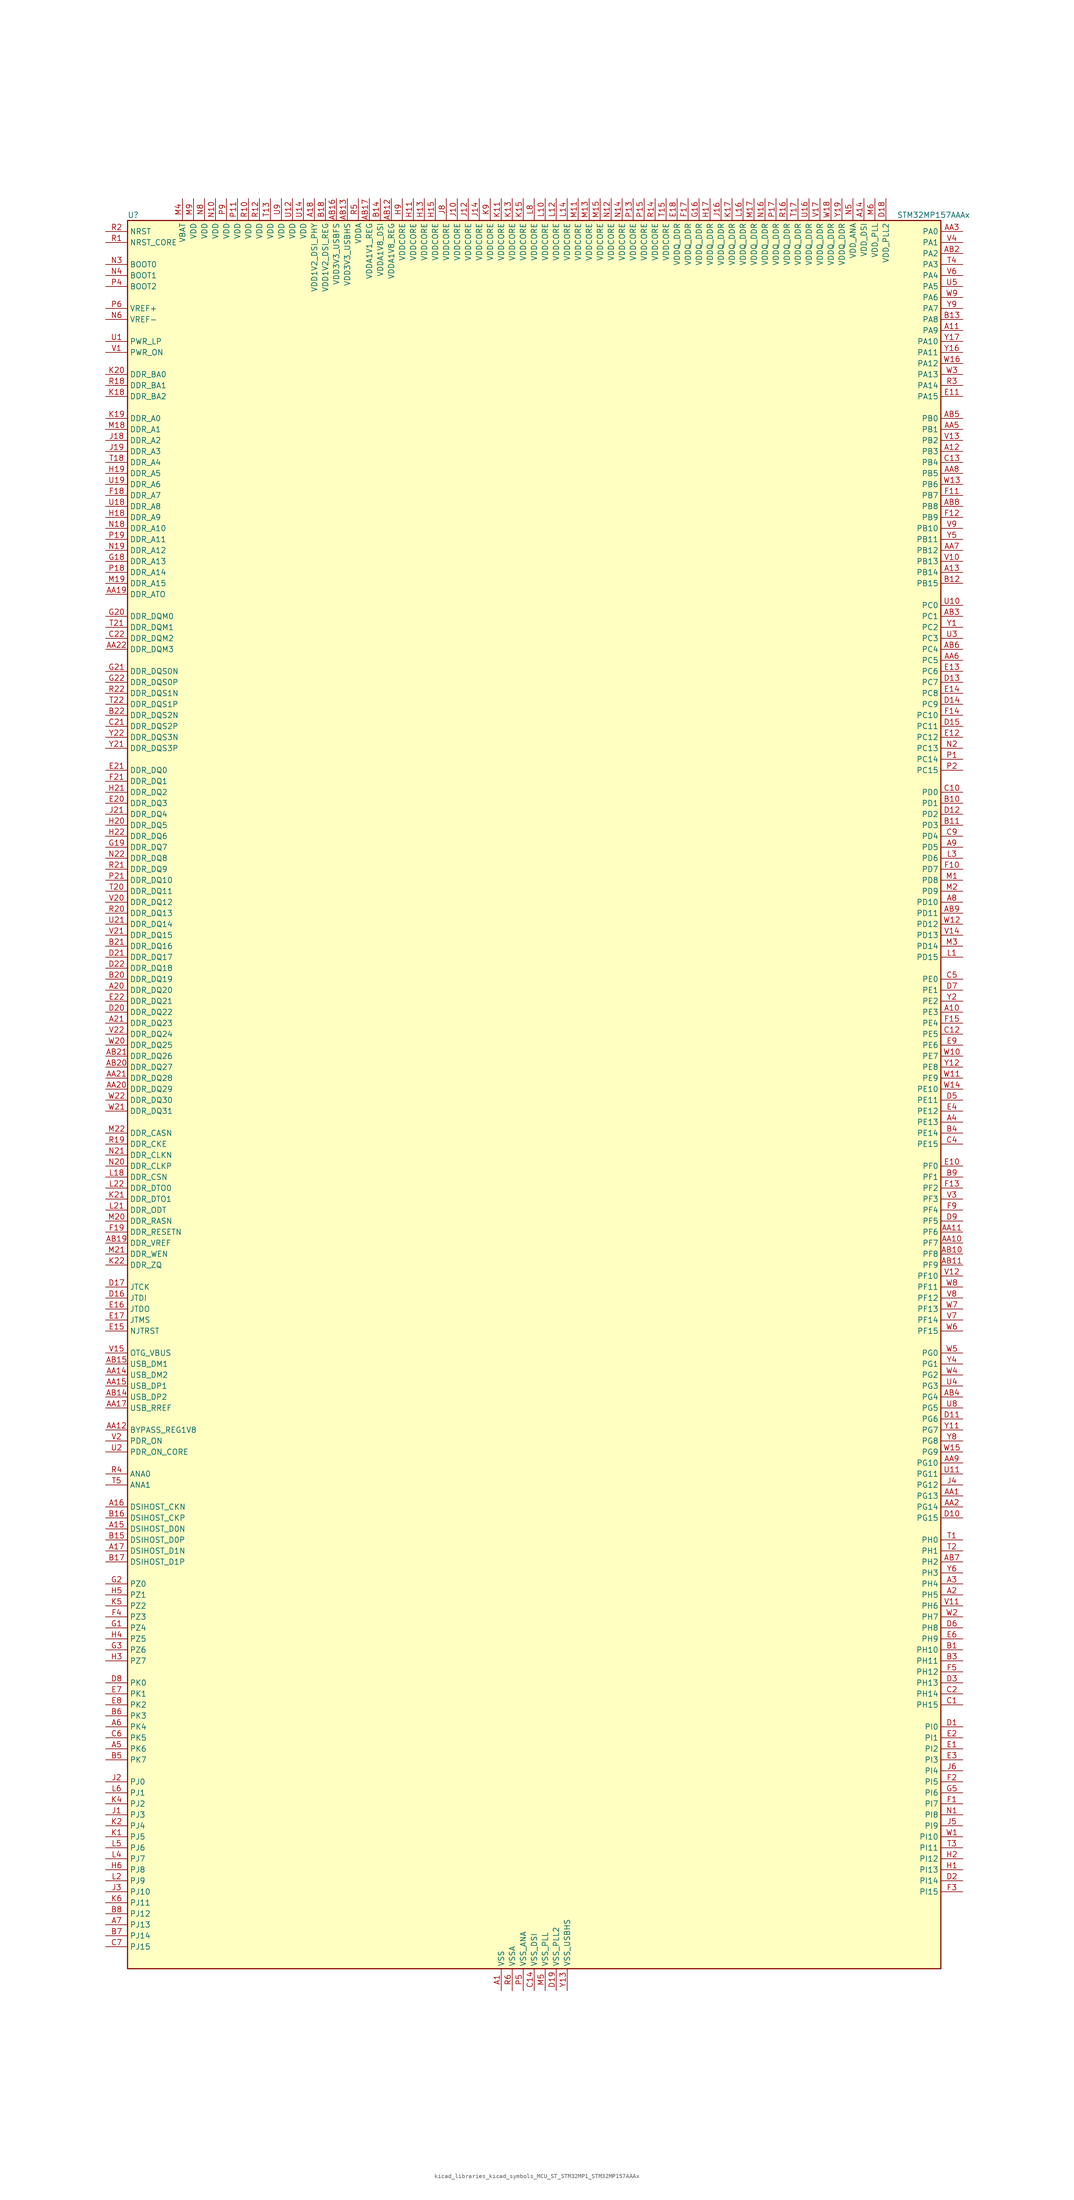
<source format=kicad_sym>
(kicad_symbol_lib
  (version 20220914)
  (generator kicad_symbol_editor)
  (symbol "kicad_libraries_kicad_symbols_MCU_ST_STM32MP1_STM32MP157AAAx"
    (property "Reference" "U"
      (at -93.98 204.47 0)
      (effects (font (size 1.27 1.27)) (justify left)))
    (property "Value" "STM32MP157AAAx"
      (at 83.82 204.47 0)
      (effects (font (size 1.27 1.27)) (justify left)))
    (property "ki_locked" ""
      (at 0 0 0)
      (effects (font (size 1.27 1.27))))
    (symbol "kicad_libraries_kicad_symbols_MCU_ST_STM32MP1_STM32MP157AAAx_0_1"
      (rectangle (start -93.98 -200.66) (end 93.98 203.2) (stroke (width 0.254) (type default)) (fill (type background))))
    (symbol "kicad_libraries_kicad_symbols_MCU_ST_STM32MP1_STM32MP157AAAx_1_1"
      (pin power_in line (at -7.62 -205.74 90) (length 5.08) (name "VSS" (effects (font (size 1.27 1.27)))) (number "A1" (effects (font (size 1.27 1.27)))))
      (pin bidirectional line (at 99.06 20.32 180) (length 5.08) (name "PE3" (effects (font (size 1.27 1.27)))) (number "A10" (effects (font (size 1.27 1.27)))) (alternate "DEBUG_TRACED0" bidirectional line) (alternate "FMC_A19" bidirectional line) (alternate "SAI1_SD_B" bidirectional line) (alternate "SDMMC2_CK" bidirectional line) (alternate "TIM15_BKIN" bidirectional line))
      (pin bidirectional line (at 99.06 177.8 180) (length 5.08) (name "PA9" (effects (font (size 1.27 1.27)))) (number "A11" (effects (font (size 1.27 1.27)))) (alternate "DAC1_EXTI9" bidirectional line) (alternate "DCMI_D0" bidirectional line) (alternate "I2C3_SMBA" bidirectional line) (alternate "I2S2_CK" bidirectional line) (alternate "LTDC_R5" bidirectional line) (alternate "SDMMC2_CDIR" bidirectional line) (alternate "SDMMC2_D5" bidirectional line) (alternate "SPI2_SCK" bidirectional line) (alternate "TIM1_CH2" bidirectional line) (alternate "USART1_TX" bidirectional line))
      (pin bidirectional line (at 99.06 149.86 180) (length 5.08) (name "PB3" (effects (font (size 1.27 1.27)))) (number "A12" (effects (font (size 1.27 1.27)))) (alternate "DEBUG_TRACED9" bidirectional line) (alternate "I2S1_CK" bidirectional line) (alternate "I2S3_CK" bidirectional line) (alternate "SAI4_CK1" bidirectional line) (alternate "SAI4_MCLK_A" bidirectional line) (alternate "SDMMC2_D2" bidirectional line) (alternate "SPI1_SCK" bidirectional line) (alternate "SPI3_SCK" bidirectional line) (alternate "SPI6_SCK" bidirectional line) (alternate "TIM2_CH2" bidirectional line) (alternate "UART7_RX" bidirectional line))
      (pin bidirectional line (at 99.06 121.92 180) (length 5.08) (name "PB14" (effects (font (size 1.27 1.27)))) (number "A13" (effects (font (size 1.27 1.27)))) (alternate "DFSDM1_DATIN2" bidirectional line) (alternate "I2S2_SDI" bidirectional line) (alternate "SDMMC2_D0" bidirectional line) (alternate "SPI2_MISO" bidirectional line) (alternate "TIM12_CH1" bidirectional line) (alternate "TIM1_CH2N" bidirectional line) (alternate "TIM8_CH2N" bidirectional line) (alternate "USART1_TX" bidirectional line) (alternate "USART3_DE" bidirectional line) (alternate "USART3_RTS" bidirectional line))
      (pin power_in line (at 76.2 208.28 270) (length 5.08) (name "VDD_DSI" (effects (font (size 1.27 1.27)))) (number "A14" (effects (font (size 1.27 1.27)))))
      (pin bidirectional line (at -99.06 -99.06 0) (length 5.08) (name "DSIHOST_D0N" (effects (font (size 1.27 1.27)))) (number "A15" (effects (font (size 1.27 1.27)))) (alternate "DSIHOST_D0N" bidirectional line))
      (pin bidirectional line (at -99.06 -93.98 0) (length 5.08) (name "DSIHOST_CKN" (effects (font (size 1.27 1.27)))) (number "A16" (effects (font (size 1.27 1.27)))) (alternate "DSIHOST_CKN" bidirectional line))
      (pin bidirectional line (at -99.06 -104.14 0) (length 5.08) (name "DSIHOST_D1N" (effects (font (size 1.27 1.27)))) (number "A17" (effects (font (size 1.27 1.27)))) (alternate "DSIHOST_D1N" bidirectional line))
      (pin power_in line (at -50.8 208.28 270) (length 5.08) (name "VDD1V2_DSI_PHY" (effects (font (size 1.27 1.27)))) (number "A18" (effects (font (size 1.27 1.27)))))
      (pin passive line (at -7.62 -205.74 90) (length 5.08) hide (name "VSS" (effects (font (size 1.27 1.27)))) (number "A19" (effects (font (size 1.27 1.27)))))
      (pin bidirectional line (at 99.06 -114.3 180) (length 5.08) (name "PH5" (effects (font (size 1.27 1.27)))) (number "A2" (effects (font (size 1.27 1.27)))) (alternate "I2C2_SDA" bidirectional line) (alternate "SAI4_SD_B" bidirectional line) (alternate "SPI5_NSS" bidirectional line))
      (pin bidirectional line (at -99.06 25.4 0) (length 5.08) (name "DDR_DQ20" (effects (font (size 1.27 1.27)))) (number "A20" (effects (font (size 1.27 1.27)))) (alternate "DDR_DQ20" bidirectional line))
      (pin bidirectional line (at -99.06 17.78 0) (length 5.08) (name "DDR_DQ23" (effects (font (size 1.27 1.27)))) (number "A21" (effects (font (size 1.27 1.27)))) (alternate "DDR_DQ23" bidirectional line))
      (pin passive line (at -7.62 -205.74 90) (length 5.08) hide (name "VSS" (effects (font (size 1.27 1.27)))) (number "A22" (effects (font (size 1.27 1.27)))))
      (pin bidirectional line (at 99.06 -111.76 180) (length 5.08) (name "PH4" (effects (font (size 1.27 1.27)))) (number "A3" (effects (font (size 1.27 1.27)))) (alternate "I2C2_SCL" bidirectional line) (alternate "LTDC_G4" bidirectional line) (alternate "LTDC_G5" bidirectional line))
      (pin bidirectional line (at 99.06 -5.08 180) (length 5.08) (name "PE13" (effects (font (size 1.27 1.27)))) (number "A4" (effects (font (size 1.27 1.27)))) (alternate "DCMI_D6" bidirectional line) (alternate "DFSDM1_CKIN5" bidirectional line) (alternate "FMC_D10" bidirectional line) (alternate "FMC_DA10" bidirectional line) (alternate "HDP_HDP2" bidirectional line) (alternate "LTDC_DE" bidirectional line) (alternate "SAI2_FS_B" bidirectional line) (alternate "SPI4_MISO" bidirectional line) (alternate "TIM1_CH3" bidirectional line))
      (pin bidirectional line (at -99.06 -149.86 0) (length 5.08) (name "PK6" (effects (font (size 1.27 1.27)))) (number "A5" (effects (font (size 1.27 1.27)))) (alternate "DEBUG_TRACED7" bidirectional line) (alternate "HDP_HDP7" bidirectional line) (alternate "LTDC_B7" bidirectional line))
      (pin bidirectional line (at -99.06 -144.78 0) (length 5.08) (name "PK4" (effects (font (size 1.27 1.27)))) (number "A6" (effects (font (size 1.27 1.27)))) (alternate "LTDC_B5" bidirectional line))
      (pin bidirectional line (at -99.06 -190.5 0) (length 5.08) (name "PJ13" (effects (font (size 1.27 1.27)))) (number "A7" (effects (font (size 1.27 1.27)))) (alternate "LTDC_B1" bidirectional line) (alternate "LTDC_G4" bidirectional line))
      (pin bidirectional line (at 99.06 45.72 180) (length 5.08) (name "PD10" (effects (font (size 1.27 1.27)))) (number "A8" (effects (font (size 1.27 1.27)))) (alternate "DFSDM1_CKOUT" bidirectional line) (alternate "FMC_D15" bidirectional line) (alternate "FMC_DA15" bidirectional line) (alternate "I2C5_SMBA" bidirectional line) (alternate "I2S3_SDI" bidirectional line) (alternate "LTDC_B3" bidirectional line) (alternate "RTC_REFIN" bidirectional line) (alternate "SAI3_FS_B" bidirectional line) (alternate "SPI3_MISO" bidirectional line) (alternate "TIM16_BKIN" bidirectional line) (alternate "USART3_CK" bidirectional line))
      (pin bidirectional line (at 99.06 58.42 180) (length 5.08) (name "PD5" (effects (font (size 1.27 1.27)))) (number "A9" (effects (font (size 1.27 1.27)))) (alternate "FMC_NWE" bidirectional line) (alternate "SDMMC3_D2" bidirectional line) (alternate "USART2_TX" bidirectional line))
      (pin bidirectional line (at 99.06 -91.44 180) (length 5.08) (name "PG13" (effects (font (size 1.27 1.27)))) (number "AA1" (effects (font (size 1.27 1.27)))) (alternate "DEBUG_TRACED0" bidirectional line) (alternate "ETH1_TXD0" bidirectional line) (alternate "FMC_A24" bidirectional line) (alternate "LPTIM1_OUT" bidirectional line) (alternate "LTDC_R0" bidirectional line) (alternate "SAI1_CK2" bidirectional line) (alternate "SAI1_SCK_A" bidirectional line) (alternate "SAI4_CK1" bidirectional line) (alternate "SAI4_MCLK_A" bidirectional line) (alternate "SPI6_SCK" bidirectional line) (alternate "USART6_CTS" bidirectional line) (alternate "USART6_NSS" bidirectional line))
      (pin bidirectional line (at 99.06 -33.02 180) (length 5.08) (name "PF7" (effects (font (size 1.27 1.27)))) (number "AA10" (effects (font (size 1.27 1.27)))) (alternate "QUADSPI_BK1_IO2" bidirectional line) (alternate "SAI1_MCLK_B" bidirectional line) (alternate "SPI5_SCK" bidirectional line) (alternate "TIM17_CH1" bidirectional line) (alternate "UART7_TX" bidirectional line))
      (pin bidirectional line (at 99.06 -30.48 180) (length 5.08) (name "PF6" (effects (font (size 1.27 1.27)))) (number "AA11" (effects (font (size 1.27 1.27)))) (alternate "QUADSPI_BK1_IO3" bidirectional line) (alternate "SAI1_SD_B" bidirectional line) (alternate "SAI4_SCK_B" bidirectional line) (alternate "SPI5_NSS" bidirectional line) (alternate "TIM16_CH1" bidirectional line) (alternate "UART7_RX" bidirectional line))
      (pin bidirectional line (at -99.06 -76.2 0) (length 5.08) (name "BYPASS_REG1V8" (effects (font (size 1.27 1.27)))) (number "AA12" (effects (font (size 1.27 1.27)))))
      (pin passive line (at 7.62 -205.74 90) (length 5.08) hide (name "VSS_USBHS" (effects (font (size 1.27 1.27)))) (number "AA13" (effects (font (size 1.27 1.27)))))
      (pin bidirectional line (at -99.06 -63.5 0) (length 5.08) (name "USB_DM2" (effects (font (size 1.27 1.27)))) (number "AA14" (effects (font (size 1.27 1.27)))) (alternate "USBH_HS2_DM" bidirectional line) (alternate "USB_OTG_HS_DM" bidirectional line))
      (pin bidirectional line (at -99.06 -66.04 0) (length 5.08) (name "USB_DP1" (effects (font (size 1.27 1.27)))) (number "AA15" (effects (font (size 1.27 1.27)))) (alternate "USBH_HS1_DP" bidirectional line))
      (pin passive line (at 7.62 -205.74 90) (length 5.08) hide (name "VSS_USBHS" (effects (font (size 1.27 1.27)))) (number "AA16" (effects (font (size 1.27 1.27)))))
      (pin bidirectional line (at -99.06 -71.12 0) (length 5.08) (name "USB_RREF" (effects (font (size 1.27 1.27)))) (number "AA17" (effects (font (size 1.27 1.27)))))
      (pin passive line (at -7.62 -205.74 90) (length 5.08) hide (name "VSS" (effects (font (size 1.27 1.27)))) (number "AA18" (effects (font (size 1.27 1.27)))))
      (pin bidirectional line (at -99.06 116.84 0) (length 5.08) (name "DDR_ATO" (effects (font (size 1.27 1.27)))) (number "AA19" (effects (font (size 1.27 1.27)))) (alternate "DDR_ATO" bidirectional line))
      (pin bidirectional line (at 99.06 -93.98 180) (length 5.08) (name "PG14" (effects (font (size 1.27 1.27)))) (number "AA2" (effects (font (size 1.27 1.27)))) (alternate "DEBUG_TRACED1" bidirectional line) (alternate "ETH1_TXD1" bidirectional line) (alternate "FMC_A25" bidirectional line) (alternate "LPTIM1_ETR" bidirectional line) (alternate "LTDC_B0" bidirectional line) (alternate "QUADSPI_BK2_IO3" bidirectional line) (alternate "SAI4_D1" bidirectional line) (alternate "SAI4_SD_A" bidirectional line) (alternate "SPI6_MOSI" bidirectional line) (alternate "USART6_TX" bidirectional line))
      (pin bidirectional line (at -99.06 2.54 0) (length 5.08) (name "DDR_DQ29" (effects (font (size 1.27 1.27)))) (number "AA20" (effects (font (size 1.27 1.27)))) (alternate "DDR_DQ29" bidirectional line))
      (pin bidirectional line (at -99.06 5.08 0) (length 5.08) (name "DDR_DQ28" (effects (font (size 1.27 1.27)))) (number "AA21" (effects (font (size 1.27 1.27)))) (alternate "DDR_DQ28" bidirectional line))
      (pin bidirectional line (at -99.06 104.14 0) (length 5.08) (name "DDR_DQM3" (effects (font (size 1.27 1.27)))) (number "AA22" (effects (font (size 1.27 1.27)))) (alternate "DDR_DQM3" bidirectional line))
      (pin bidirectional line (at 99.06 200.66 180) (length 5.08) (name "PA0" (effects (font (size 1.27 1.27)))) (number "AA3" (effects (font (size 1.27 1.27)))) (alternate "ADC1_INP16" bidirectional line) (alternate "ETH1_CRS" bidirectional line) (alternate "PWR_WKUP1" bidirectional line) (alternate "SAI2_SD_B" bidirectional line) (alternate "SDMMC2_CMD" bidirectional line) (alternate "TIM15_BKIN" bidirectional line) (alternate "TIM2_CH1" bidirectional line) (alternate "TIM2_ETR" bidirectional line) (alternate "TIM5_CH1" bidirectional line) (alternate "TIM8_ETR" bidirectional line) (alternate "UART4_TX" bidirectional line) (alternate "USART2_CTS" bidirectional line) (alternate "USART2_NSS" bidirectional line))
      (pin passive line (at -7.62 -205.74 90) (length 5.08) hide (name "VSS" (effects (font (size 1.27 1.27)))) (number "AA4" (effects (font (size 1.27 1.27)))))
      (pin bidirectional line (at 99.06 154.94 180) (length 5.08) (name "PB1" (effects (font (size 1.27 1.27)))) (number "AA5" (effects (font (size 1.27 1.27)))) (alternate "ADC1_INP5" bidirectional line) (alternate "ADC2_INP5" bidirectional line) (alternate "DFSDM1_DATIN1" bidirectional line) (alternate "ETH1_RXD3" bidirectional line) (alternate "LTDC_G0" bidirectional line) (alternate "LTDC_R6" bidirectional line) (alternate "TIM1_CH3N" bidirectional line) (alternate "TIM3_CH4" bidirectional line) (alternate "TIM8_CH3N" bidirectional line))
      (pin bidirectional line (at 99.06 101.6 180) (length 5.08) (name "PC5" (effects (font (size 1.27 1.27)))) (number "AA6" (effects (font (size 1.27 1.27)))) (alternate "ADC1_INN4" bidirectional line) (alternate "ADC1_INP8" bidirectional line) (alternate "ADC2_INN4" bidirectional line) (alternate "ADC2_INP8" bidirectional line) (alternate "DFSDM1_DATIN2" bidirectional line) (alternate "ETH1_RXD1" bidirectional line) (alternate "SAI1_D3" bidirectional line) (alternate "SAI1_D4" bidirectional line) (alternate "SAI4_D3" bidirectional line) (alternate "SAI4_D4" bidirectional line) (alternate "SPDIFRX_IN3" bidirectional line))
      (pin bidirectional line (at 99.06 127 180) (length 5.08) (name "PB12" (effects (font (size 1.27 1.27)))) (number "AA7" (effects (font (size 1.27 1.27)))) (alternate "DFSDM1_DATIN1" bidirectional line) (alternate "ETH1_TXD0" bidirectional line) (alternate "FDCAN2_RX" bidirectional line) (alternate "I2C2_SMBA" bidirectional line) (alternate "I2C6_SMBA" bidirectional line) (alternate "I2S2_WS" bidirectional line) (alternate "SPI2_NSS" bidirectional line) (alternate "TIM1_BKIN" bidirectional line) (alternate "UART5_RX" bidirectional line) (alternate "USART3_CK" bidirectional line) (alternate "USART3_RX" bidirectional line))
      (pin bidirectional line (at 99.06 144.78 180) (length 5.08) (name "PB5" (effects (font (size 1.27 1.27)))) (number "AA8" (effects (font (size 1.27 1.27)))) (alternate "DCMI_D10" bidirectional line) (alternate "ETH1_CLK" bidirectional line) (alternate "ETH1_PPS_OUT" bidirectional line) (alternate "FDCAN2_RX" bidirectional line) (alternate "I2C1_SMBA" bidirectional line) (alternate "I2C4_SMBA" bidirectional line) (alternate "I2S1_SDO" bidirectional line) (alternate "I2S3_SDO" bidirectional line) (alternate "LTDC_G7" bidirectional line) (alternate "SAI4_D1" bidirectional line) (alternate "SAI4_SD_A" bidirectional line) (alternate "SPI1_MOSI" bidirectional line) (alternate "SPI3_MOSI" bidirectional line) (alternate "SPI6_MOSI" bidirectional line) (alternate "TIM17_BKIN" bidirectional line) (alternate "TIM3_CH2" bidirectional line) (alternate "UART5_RX" bidirectional line))
      (pin bidirectional line (at 99.06 -83.82 180) (length 5.08) (name "PG10" (effects (font (size 1.27 1.27)))) (number "AA9" (effects (font (size 1.27 1.27)))) (alternate "DCMI_D2" bidirectional line) (alternate "DEBUG_TRACED10" bidirectional line) (alternate "FMC_NE3" bidirectional line) (alternate "LTDC_B2" bidirectional line) (alternate "LTDC_G3" bidirectional line) (alternate "QUADSPI_BK2_IO2" bidirectional line) (alternate "SAI2_SD_B" bidirectional line) (alternate "UART8_CTS" bidirectional line))
      (pin passive line (at -7.62 -205.74 90) (length 5.08) hide (name "VSS" (effects (font (size 1.27 1.27)))) (number "AB1" (effects (font (size 1.27 1.27)))))
      (pin bidirectional line (at 99.06 -35.56 180) (length 5.08) (name "PF8" (effects (font (size 1.27 1.27)))) (number "AB10" (effects (font (size 1.27 1.27)))) (alternate "DEBUG_TRACED12" bidirectional line) (alternate "QUADSPI_BK1_IO0" bidirectional line) (alternate "SAI1_SCK_B" bidirectional line) (alternate "SPI5_MISO" bidirectional line) (alternate "TIM13_CH1" bidirectional line) (alternate "TIM16_CH1N" bidirectional line) (alternate "UART7_DE" bidirectional line) (alternate "UART7_RTS" bidirectional line))
      (pin bidirectional line (at 99.06 -38.1 180) (length 5.08) (name "PF9" (effects (font (size 1.27 1.27)))) (number "AB11" (effects (font (size 1.27 1.27)))) (alternate "DAC1_EXTI9" bidirectional line) (alternate "DEBUG_TRACED13" bidirectional line) (alternate "QUADSPI_BK1_IO1" bidirectional line) (alternate "SAI1_FS_B" bidirectional line) (alternate "SPI5_MOSI" bidirectional line) (alternate "TIM14_CH1" bidirectional line) (alternate "TIM17_CH1N" bidirectional line) (alternate "UART7_CTS" bidirectional line))
      (pin power_in line (at -33.02 208.28 270) (length 5.08) (name "VDDA1V8_REG" (effects (font (size 1.27 1.27)))) (number "AB12" (effects (font (size 1.27 1.27)))))
      (pin power_in line (at -43.18 208.28 270) (length 5.08) (name "VDD3V3_USBHS" (effects (font (size 1.27 1.27)))) (number "AB13" (effects (font (size 1.27 1.27)))))
      (pin bidirectional line (at -99.06 -68.58 0) (length 5.08) (name "USB_DP2" (effects (font (size 1.27 1.27)))) (number "AB14" (effects (font (size 1.27 1.27)))) (alternate "USBH_HS2_DP" bidirectional line) (alternate "USB_OTG_HS_DP" bidirectional line))
      (pin bidirectional line (at -99.06 -60.96 0) (length 5.08) (name "USB_DM1" (effects (font (size 1.27 1.27)))) (number "AB15" (effects (font (size 1.27 1.27)))) (alternate "USBH_HS1_DM" bidirectional line))
      (pin power_in line (at -45.72 208.28 270) (length 5.08) (name "VDD3V3_USBFS" (effects (font (size 1.27 1.27)))) (number "AB16" (effects (font (size 1.27 1.27)))))
      (pin power_in line (at -38.1 208.28 270) (length 5.08) (name "VDDA1V1_REG" (effects (font (size 1.27 1.27)))) (number "AB17" (effects (font (size 1.27 1.27)))))
      (pin passive line (at -7.62 -205.74 90) (length 5.08) hide (name "VSS" (effects (font (size 1.27 1.27)))) (number "AB18" (effects (font (size 1.27 1.27)))))
      (pin bidirectional line (at -99.06 -33.02 0) (length 5.08) (name "DDR_VREF" (effects (font (size 1.27 1.27)))) (number "AB19" (effects (font (size 1.27 1.27)))) (alternate "DDR_VREF" bidirectional line))
      (pin bidirectional line (at 99.06 195.58 180) (length 5.08) (name "PA2" (effects (font (size 1.27 1.27)))) (number "AB2" (effects (font (size 1.27 1.27)))) (alternate "ADC1_INP14" bidirectional line) (alternate "ETH1_MDIO" bidirectional line) (alternate "LPTIM4_OUT" bidirectional line) (alternate "LTDC_R1" bidirectional line) (alternate "PWR_WKUP2" bidirectional line) (alternate "SAI2_SCK_B" bidirectional line) (alternate "SDMMC2_D0DIR" bidirectional line) (alternate "TIM15_CH1" bidirectional line) (alternate "TIM2_CH3" bidirectional line) (alternate "TIM5_CH3" bidirectional line) (alternate "USART2_TX" bidirectional line))
      (pin bidirectional line (at -99.06 7.62 0) (length 5.08) (name "DDR_DQ27" (effects (font (size 1.27 1.27)))) (number "AB20" (effects (font (size 1.27 1.27)))) (alternate "DDR_DQ27" bidirectional line))
      (pin bidirectional line (at -99.06 10.16 0) (length 5.08) (name "DDR_DQ26" (effects (font (size 1.27 1.27)))) (number "AB21" (effects (font (size 1.27 1.27)))) (alternate "DDR_DQ26" bidirectional line))
      (pin passive line (at -7.62 -205.74 90) (length 5.08) hide (name "VSS" (effects (font (size 1.27 1.27)))) (number "AB22" (effects (font (size 1.27 1.27)))))
      (pin bidirectional line (at 99.06 111.76 180) (length 5.08) (name "PC1" (effects (font (size 1.27 1.27)))) (number "AB3" (effects (font (size 1.27 1.27)))) (alternate "ADC1_INN10" bidirectional line) (alternate "ADC1_INP11" bidirectional line) (alternate "ADC2_INN10" bidirectional line) (alternate "ADC2_INP11" bidirectional line) (alternate "DEBUG_TRACED0" bidirectional line) (alternate "DFSDM1_CKIN4" bidirectional line) (alternate "DFSDM1_DATIN0" bidirectional line) (alternate "ETH1_MDC" bidirectional line) (alternate "I2S2_SDO" bidirectional line) (alternate "PWR_WKUP6" bidirectional line) (alternate "SAI1_D1" bidirectional line) (alternate "SAI1_SD_A" bidirectional line) (alternate "SDMMC2_CK" bidirectional line) (alternate "SPI2_MOSI" bidirectional line) (alternate "TAMP_IN3" bidirectional line))
      (pin bidirectional line (at 99.06 -68.58 180) (length 5.08) (name "PG4" (effects (font (size 1.27 1.27)))) (number "AB4" (effects (font (size 1.27 1.27)))) (alternate "ETH1_GTX_CLK" bidirectional line) (alternate "FMC_A14" bidirectional line) (alternate "TIM1_BKIN2" bidirectional line))
      (pin bidirectional line (at 99.06 157.48 180) (length 5.08) (name "PB0" (effects (font (size 1.27 1.27)))) (number "AB5" (effects (font (size 1.27 1.27)))) (alternate "ADC1_INN5" bidirectional line) (alternate "ADC1_INP9" bidirectional line) (alternate "ADC2_INN5" bidirectional line) (alternate "ADC2_INP9" bidirectional line) (alternate "DFSDM1_CKOUT" bidirectional line) (alternate "ETH1_RXD2" bidirectional line) (alternate "LTDC_G1" bidirectional line) (alternate "LTDC_R3" bidirectional line) (alternate "TIM1_CH2N" bidirectional line) (alternate "TIM3_CH3" bidirectional line) (alternate "TIM8_CH2N" bidirectional line) (alternate "UART4_CTS" bidirectional line))
      (pin bidirectional line (at 99.06 104.14 180) (length 5.08) (name "PC4" (effects (font (size 1.27 1.27)))) (number "AB6" (effects (font (size 1.27 1.27)))) (alternate "ADC1_INP4" bidirectional line) (alternate "ADC2_INP4" bidirectional line) (alternate "DFSDM1_CKIN2" bidirectional line) (alternate "ETH1_RXD0" bidirectional line) (alternate "I2S1_MCK" bidirectional line) (alternate "SPDIFRX_IN2" bidirectional line))
      (pin bidirectional line (at 99.06 -106.68 180) (length 5.08) (name "PH2" (effects (font (size 1.27 1.27)))) (number "AB7" (effects (font (size 1.27 1.27)))) (alternate "ETH1_CRS" bidirectional line) (alternate "LPTIM1_IN2" bidirectional line) (alternate "LTDC_R0" bidirectional line) (alternate "QUADSPI_BK2_IO0" bidirectional line) (alternate "SAI2_SCK_B" bidirectional line))
      (pin bidirectional line (at 99.06 137.16 180) (length 5.08) (name "PB8" (effects (font (size 1.27 1.27)))) (number "AB8" (effects (font (size 1.27 1.27)))) (alternate "DCMI_D6" bidirectional line) (alternate "DFSDM1_CKIN7" bidirectional line) (alternate "ETH1_TXD3" bidirectional line) (alternate "FDCAN1_RX" bidirectional line) (alternate "HDP_HDP6" bidirectional line) (alternate "I2C1_SCL" bidirectional line) (alternate "I2C4_SCL" bidirectional line) (alternate "LTDC_B6" bidirectional line) (alternate "SDMMC1_CKIN" bidirectional line) (alternate "SDMMC1_D4" bidirectional line) (alternate "SDMMC2_CKIN" bidirectional line) (alternate "SDMMC2_D4" bidirectional line) (alternate "TIM16_CH1" bidirectional line) (alternate "TIM4_CH3" bidirectional line) (alternate "UART4_RX" bidirectional line))
      (pin bidirectional line (at 99.06 43.18 180) (length 5.08) (name "PD11" (effects (font (size 1.27 1.27)))) (number "AB9" (effects (font (size 1.27 1.27)))) (alternate "ADC1_EXTI11" bidirectional line) (alternate "ADC2_EXTI11" bidirectional line) (alternate "FMC_A16" bidirectional line) (alternate "FMC_CLE" bidirectional line) (alternate "I2C1_SMBA" bidirectional line) (alternate "I2C4_SMBA" bidirectional line) (alternate "LPTIM2_IN2" bidirectional line) (alternate "QUADSPI_BK1_IO0" bidirectional line) (alternate "SAI2_SD_A" bidirectional line) (alternate "USART3_CTS" bidirectional line) (alternate "USART3_NSS" bidirectional line))
      (pin bidirectional line (at 99.06 -127 180) (length 5.08) (name "PH10" (effects (font (size 1.27 1.27)))) (number "B1" (effects (font (size 1.27 1.27)))) (alternate "DCMI_D1" bidirectional line) (alternate "I2C1_SMBA" bidirectional line) (alternate "I2C4_SMBA" bidirectional line) (alternate "LTDC_R4" bidirectional line) (alternate "TIM5_CH1" bidirectional line))
      (pin bidirectional line (at 99.06 68.58 180) (length 5.08) (name "PD1" (effects (font (size 1.27 1.27)))) (number "B10" (effects (font (size 1.27 1.27)))) (alternate "DFSDM1_CKIN7" bidirectional line) (alternate "DFSDM1_DATIN6" bidirectional line) (alternate "FDCAN1_TX" bidirectional line) (alternate "FMC_D3" bidirectional line) (alternate "FMC_DA3" bidirectional line) (alternate "I2C5_SCL" bidirectional line) (alternate "I2C6_SCL" bidirectional line) (alternate "SAI3_SD_A" bidirectional line) (alternate "SDMMC3_D0" bidirectional line) (alternate "UART4_TX" bidirectional line))
      (pin bidirectional line (at 99.06 63.5 180) (length 5.08) (name "PD3" (effects (font (size 1.27 1.27)))) (number "B11" (effects (font (size 1.27 1.27)))) (alternate "DCMI_D5" bidirectional line) (alternate "DFSDM1_CKOUT" bidirectional line) (alternate "DFSDM1_DATIN0" bidirectional line) (alternate "FMC_CLK" bidirectional line) (alternate "HDP_HDP5" bidirectional line) (alternate "I2S2_CK" bidirectional line) (alternate "LTDC_G7" bidirectional line) (alternate "SDMMC1_D123DIR" bidirectional line) (alternate "SDMMC1_D7" bidirectional line) (alternate "SDMMC2_D123DIR" bidirectional line) (alternate "SDMMC2_D7" bidirectional line) (alternate "SPI2_SCK" bidirectional line) (alternate "USART2_CTS" bidirectional line) (alternate "USART2_NSS" bidirectional line))
      (pin bidirectional line (at 99.06 119.38 180) (length 5.08) (name "PB15" (effects (font (size 1.27 1.27)))) (number "B12" (effects (font (size 1.27 1.27)))) (alternate "ADC1_EXTI15" bidirectional line) (alternate "ADC2_EXTI15" bidirectional line) (alternate "DFSDM1_CKIN2" bidirectional line) (alternate "I2S2_SDO" bidirectional line) (alternate "RTC_REFIN" bidirectional line) (alternate "SDMMC2_D1" bidirectional line) (alternate "SPI2_MOSI" bidirectional line) (alternate "TIM12_CH2" bidirectional line) (alternate "TIM1_CH3N" bidirectional line) (alternate "TIM8_CH3N" bidirectional line) (alternate "USART1_RX" bidirectional line))
      (pin bidirectional line (at 99.06 180.34 180) (length 5.08) (name "PA8" (effects (font (size 1.27 1.27)))) (number "B13" (effects (font (size 1.27 1.27)))) (alternate "I2C3_SCL" bidirectional line) (alternate "I2S3_SDO" bidirectional line) (alternate "LTDC_R6" bidirectional line) (alternate "RCC_MCO_1" bidirectional line) (alternate "SAI4_SD_B" bidirectional line) (alternate "SDMMC2_CKIN" bidirectional line) (alternate "SDMMC2_D4" bidirectional line) (alternate "SPI3_MOSI" bidirectional line) (alternate "TIM1_CH1" bidirectional line) (alternate "TIM8_BKIN2" bidirectional line) (alternate "UART7_RX" bidirectional line) (alternate "USART1_CK" bidirectional line) (alternate "USB_OTG_HS_SOF" bidirectional line))
      (pin power_in line (at -35.56 208.28 270) (length 5.08) (name "VDDA1V8_DSI" (effects (font (size 1.27 1.27)))) (number "B14" (effects (font (size 1.27 1.27)))))
      (pin bidirectional line (at -99.06 -101.6 0) (length 5.08) (name "DSIHOST_D0P" (effects (font (size 1.27 1.27)))) (number "B15" (effects (font (size 1.27 1.27)))) (alternate "DSIHOST_D0P" bidirectional line))
      (pin bidirectional line (at -99.06 -96.52 0) (length 5.08) (name "DSIHOST_CKP" (effects (font (size 1.27 1.27)))) (number "B16" (effects (font (size 1.27 1.27)))) (alternate "DSIHOST_CKP" bidirectional line))
      (pin bidirectional line (at -99.06 -106.68 0) (length 5.08) (name "DSIHOST_D1P" (effects (font (size 1.27 1.27)))) (number "B17" (effects (font (size 1.27 1.27)))) (alternate "DSIHOST_D1P" bidirectional line))
      (pin power_in line (at -48.26 208.28 270) (length 5.08) (name "VDD1V2_DSI_REG" (effects (font (size 1.27 1.27)))) (number "B18" (effects (font (size 1.27 1.27)))))
      (pin passive line (at -7.62 -205.74 90) (length 5.08) hide (name "VSS" (effects (font (size 1.27 1.27)))) (number "B19" (effects (font (size 1.27 1.27)))))
      (pin passive line (at -7.62 -205.74 90) (length 5.08) hide (name "VSS" (effects (font (size 1.27 1.27)))) (number "B2" (effects (font (size 1.27 1.27)))))
      (pin bidirectional line (at -99.06 27.94 0) (length 5.08) (name "DDR_DQ19" (effects (font (size 1.27 1.27)))) (number "B20" (effects (font (size 1.27 1.27)))) (alternate "DDR_DQ19" bidirectional line))
      (pin bidirectional line (at -99.06 35.56 0) (length 5.08) (name "DDR_DQ16" (effects (font (size 1.27 1.27)))) (number "B21" (effects (font (size 1.27 1.27)))) (alternate "DDR_DQ16" bidirectional line))
      (pin bidirectional line (at -99.06 88.9 0) (length 5.08) (name "DDR_DQS2N" (effects (font (size 1.27 1.27)))) (number "B22" (effects (font (size 1.27 1.27)))) (alternate "DDR_DQS2N" bidirectional line))
      (pin bidirectional line (at 99.06 -129.54 180) (length 5.08) (name "PH11" (effects (font (size 1.27 1.27)))) (number "B3" (effects (font (size 1.27 1.27)))) (alternate "ADC1_EXTI11" bidirectional line) (alternate "ADC2_EXTI11" bidirectional line) (alternate "DCMI_D2" bidirectional line) (alternate "I2C1_SCL" bidirectional line) (alternate "I2C4_SCL" bidirectional line) (alternate "LTDC_R5" bidirectional line) (alternate "TIM5_CH2" bidirectional line))
      (pin bidirectional line (at 99.06 -7.62 180) (length 5.08) (name "PE14" (effects (font (size 1.27 1.27)))) (number "B4" (effects (font (size 1.27 1.27)))) (alternate "FMC_D11" bidirectional line) (alternate "FMC_DA11" bidirectional line) (alternate "LTDC_CLK" bidirectional line) (alternate "LTDC_G0" bidirectional line) (alternate "SAI2_MCLK_B" bidirectional line) (alternate "SDMMC1_D123DIR" bidirectional line) (alternate "SPI4_MOSI" bidirectional line) (alternate "TIM1_CH4" bidirectional line) (alternate "UART8_DE" bidirectional line) (alternate "UART8_RTS" bidirectional line))
      (pin bidirectional line (at -99.06 -152.4 0) (length 5.08) (name "PK7" (effects (font (size 1.27 1.27)))) (number "B5" (effects (font (size 1.27 1.27)))) (alternate "LTDC_DE" bidirectional line))
      (pin bidirectional line (at -99.06 -142.24 0) (length 5.08) (name "PK3" (effects (font (size 1.27 1.27)))) (number "B6" (effects (font (size 1.27 1.27)))) (alternate "LTDC_B4" bidirectional line))
      (pin bidirectional line (at -99.06 -193.04 0) (length 5.08) (name "PJ14" (effects (font (size 1.27 1.27)))) (number "B7" (effects (font (size 1.27 1.27)))) (alternate "LTDC_B2" bidirectional line))
      (pin bidirectional line (at -99.06 -187.96 0) (length 5.08) (name "PJ12" (effects (font (size 1.27 1.27)))) (number "B8" (effects (font (size 1.27 1.27)))) (alternate "LTDC_B0" bidirectional line) (alternate "LTDC_G3" bidirectional line))
      (pin bidirectional line (at 99.06 -17.78 180) (length 5.08) (name "PF1" (effects (font (size 1.27 1.27)))) (number "B9" (effects (font (size 1.27 1.27)))) (alternate "FMC_A1" bidirectional line) (alternate "I2C2_SCL" bidirectional line) (alternate "SDMMC3_CDIR" bidirectional line) (alternate "SDMMC3_CMD" bidirectional line))
      (pin bidirectional line (at 99.06 -139.7 180) (length 5.08) (name "PH15" (effects (font (size 1.27 1.27)))) (number "C1" (effects (font (size 1.27 1.27)))) (alternate "ADC1_EXTI15" bidirectional line) (alternate "ADC2_EXTI15" bidirectional line) (alternate "DCMI_D11" bidirectional line) (alternate "LTDC_G4" bidirectional line) (alternate "TIM8_CH3N" bidirectional line))
      (pin bidirectional line (at 99.06 71.12 180) (length 5.08) (name "PD0" (effects (font (size 1.27 1.27)))) (number "C10" (effects (font (size 1.27 1.27)))) (alternate "DFSDM1_CKIN6" bidirectional line) (alternate "DFSDM1_DATIN7" bidirectional line) (alternate "FDCAN1_RX" bidirectional line) (alternate "FMC_D2" bidirectional line) (alternate "FMC_DA2" bidirectional line) (alternate "I2C5_SDA" bidirectional line) (alternate "I2C6_SDA" bidirectional line) (alternate "SAI3_SCK_A" bidirectional line) (alternate "SDMMC3_CMD" bidirectional line) (alternate "UART4_RX" bidirectional line))
      (pin passive line (at -7.62 -205.74 90) (length 5.08) hide (name "VSS" (effects (font (size 1.27 1.27)))) (number "C11" (effects (font (size 1.27 1.27)))))
      (pin bidirectional line (at 99.06 15.24 180) (length 5.08) (name "PE5" (effects (font (size 1.27 1.27)))) (number "C12" (effects (font (size 1.27 1.27)))) (alternate "DCMI_D6" bidirectional line) (alternate "DEBUG_TRACED3" bidirectional line) (alternate "DFSDM1_CKIN3" bidirectional line) (alternate "FMC_A21" bidirectional line) (alternate "LTDC_G0" bidirectional line) (alternate "SAI1_CK2" bidirectional line) (alternate "SAI1_SCK_A" bidirectional line) (alternate "SDMMC1_D0DIR" bidirectional line) (alternate "SDMMC1_D6" bidirectional line) (alternate "SDMMC2_D0DIR" bidirectional line) (alternate "SDMMC2_D6" bidirectional line) (alternate "SPI4_MISO" bidirectional line) (alternate "TIM15_CH1" bidirectional line))
      (pin bidirectional line (at 99.06 147.32 180) (length 5.08) (name "PB4" (effects (font (size 1.27 1.27)))) (number "C13" (effects (font (size 1.27 1.27)))) (alternate "DEBUG_TRACED8" bidirectional line) (alternate "I2S1_SDI" bidirectional line) (alternate "I2S2_WS" bidirectional line) (alternate "I2S3_SDI" bidirectional line) (alternate "SAI4_CK2" bidirectional line) (alternate "SAI4_SCK_A" bidirectional line) (alternate "SDMMC2_D3" bidirectional line) (alternate "SPI1_MISO" bidirectional line) (alternate "SPI2_NSS" bidirectional line) (alternate "SPI3_MISO" bidirectional line) (alternate "SPI6_MISO" bidirectional line) (alternate "TIM16_BKIN" bidirectional line) (alternate "TIM3_CH1" bidirectional line) (alternate "UART7_TX" bidirectional line))
      (pin power_in line (at 0 -205.74 90) (length 5.08) (name "VSS_DSI" (effects (font (size 1.27 1.27)))) (number "C14" (effects (font (size 1.27 1.27)))))
      (pin passive line (at 0 -205.74 90) (length 5.08) hide (name "VSS_DSI" (effects (font (size 1.27 1.27)))) (number "C15" (effects (font (size 1.27 1.27)))))
      (pin passive line (at 0 -205.74 90) (length 5.08) hide (name "VSS_DSI" (effects (font (size 1.27 1.27)))) (number "C16" (effects (font (size 1.27 1.27)))))
      (pin passive line (at 0 -205.74 90) (length 5.08) hide (name "VSS_DSI" (effects (font (size 1.27 1.27)))) (number "C17" (effects (font (size 1.27 1.27)))))
      (pin passive line (at 0 -205.74 90) (length 5.08) hide (name "VSS_DSI" (effects (font (size 1.27 1.27)))) (number "C18" (effects (font (size 1.27 1.27)))))
      (pin passive line (at -7.62 -205.74 90) (length 5.08) hide (name "VSS" (effects (font (size 1.27 1.27)))) (number "C19" (effects (font (size 1.27 1.27)))))
      (pin bidirectional line (at 99.06 -137.16 180) (length 5.08) (name "PH14" (effects (font (size 1.27 1.27)))) (number "C2" (effects (font (size 1.27 1.27)))) (alternate "DCMI_D4" bidirectional line) (alternate "FDCAN1_RX" bidirectional line) (alternate "LTDC_G3" bidirectional line) (alternate "TIM8_CH2N" bidirectional line) (alternate "UART4_RX" bidirectional line))
      (pin passive line (at -7.62 -205.74 90) (length 5.08) hide (name "VSS" (effects (font (size 1.27 1.27)))) (number "C20" (effects (font (size 1.27 1.27)))))
      (pin bidirectional line (at -99.06 86.36 0) (length 5.08) (name "DDR_DQS2P" (effects (font (size 1.27 1.27)))) (number "C21" (effects (font (size 1.27 1.27)))) (alternate "DDR_DQS2P" bidirectional line))
      (pin bidirectional line (at -99.06 106.68 0) (length 5.08) (name "DDR_DQM2" (effects (font (size 1.27 1.27)))) (number "C22" (effects (font (size 1.27 1.27)))) (alternate "DDR_DQM2" bidirectional line))
      (pin passive line (at -7.62 -205.74 90) (length 5.08) hide (name "VSS" (effects (font (size 1.27 1.27)))) (number "C3" (effects (font (size 1.27 1.27)))))
      (pin bidirectional line (at 99.06 -10.16 180) (length 5.08) (name "PE15" (effects (font (size 1.27 1.27)))) (number "C4" (effects (font (size 1.27 1.27)))) (alternate "ADC1_EXTI15" bidirectional line) (alternate "ADC2_EXTI15" bidirectional line) (alternate "FMC_D12" bidirectional line) (alternate "FMC_DA12" bidirectional line) (alternate "FMC_NCE2" bidirectional line) (alternate "HDP_HDP3" bidirectional line) (alternate "LTDC_R7" bidirectional line) (alternate "TIM15_BKIN" bidirectional line) (alternate "TIM1_BKIN" bidirectional line) (alternate "UART8_CTS" bidirectional line) (alternate "USART2_CTS" bidirectional line) (alternate "USART2_NSS" bidirectional line))
      (pin bidirectional line (at 99.06 27.94 180) (length 5.08) (name "PE0" (effects (font (size 1.27 1.27)))) (number "C5" (effects (font (size 1.27 1.27)))) (alternate "DCMI_D2" bidirectional line) (alternate "FMC_NBL0" bidirectional line) (alternate "I2S3_CK" bidirectional line) (alternate "LPTIM1_ETR" bidirectional line) (alternate "LPTIM2_ETR" bidirectional line) (alternate "SAI2_MCLK_A" bidirectional line) (alternate "SAI4_MCLK_B" bidirectional line) (alternate "SPI3_SCK" bidirectional line) (alternate "TIM4_ETR" bidirectional line) (alternate "UART8_RX" bidirectional line))
      (pin bidirectional line (at -99.06 -147.32 0) (length 5.08) (name "PK5" (effects (font (size 1.27 1.27)))) (number "C6" (effects (font (size 1.27 1.27)))) (alternate "DEBUG_TRACED6" bidirectional line) (alternate "HDP_HDP6" bidirectional line) (alternate "LTDC_B6" bidirectional line))
      (pin bidirectional line (at -99.06 -195.58 0) (length 5.08) (name "PJ15" (effects (font (size 1.27 1.27)))) (number "C7" (effects (font (size 1.27 1.27)))) (alternate "ADC1_EXTI15" bidirectional line) (alternate "ADC2_EXTI15" bidirectional line) (alternate "LTDC_B3" bidirectional line))
      (pin passive line (at -7.62 -205.74 90) (length 5.08) hide (name "VSS" (effects (font (size 1.27 1.27)))) (number "C8" (effects (font (size 1.27 1.27)))))
      (pin bidirectional line (at 99.06 60.96 180) (length 5.08) (name "PD4" (effects (font (size 1.27 1.27)))) (number "C9" (effects (font (size 1.27 1.27)))) (alternate "DFSDM1_CKIN0" bidirectional line) (alternate "FMC_NOE" bidirectional line) (alternate "SAI3_FS_A" bidirectional line) (alternate "SDMMC3_D1" bidirectional line) (alternate "USART2_DE" bidirectional line) (alternate "USART2_RTS" bidirectional line))
      (pin bidirectional line (at 99.06 -144.78 180) (length 5.08) (name "PI0" (effects (font (size 1.27 1.27)))) (number "D1" (effects (font (size 1.27 1.27)))) (alternate "DCMI_D13" bidirectional line) (alternate "I2S2_WS" bidirectional line) (alternate "LTDC_G5" bidirectional line) (alternate "SPI2_NSS" bidirectional line) (alternate "TIM5_CH4" bidirectional line))
      (pin bidirectional line (at 99.06 -96.52 180) (length 5.08) (name "PG15" (effects (font (size 1.27 1.27)))) (number "D10" (effects (font (size 1.27 1.27)))) (alternate "ADC1_EXTI15" bidirectional line) (alternate "ADC2_EXTI15" bidirectional line) (alternate "DCMI_D13" bidirectional line) (alternate "DEBUG_TRACED7" bidirectional line) (alternate "I2C2_SDA" bidirectional line) (alternate "SAI1_D2" bidirectional line) (alternate "SAI1_FS_A" bidirectional line) (alternate "SDMMC3_CK" bidirectional line) (alternate "USART6_CTS" bidirectional line) (alternate "USART6_NSS" bidirectional line))
      (pin bidirectional line (at 99.06 -73.66 180) (length 5.08) (name "PG6" (effects (font (size 1.27 1.27)))) (number "D11" (effects (font (size 1.27 1.27)))) (alternate "DCMI_D12" bidirectional line) (alternate "DEBUG_TRACED14" bidirectional line) (alternate "LTDC_R7" bidirectional line) (alternate "SDMMC2_CMD" bidirectional line) (alternate "TIM17_BKIN" bidirectional line))
      (pin bidirectional line (at 99.06 66.04 180) (length 5.08) (name "PD2" (effects (font (size 1.27 1.27)))) (number "D12" (effects (font (size 1.27 1.27)))) (alternate "DCMI_D11" bidirectional line) (alternate "I2C5_SMBA" bidirectional line) (alternate "SDMMC1_CMD" bidirectional line) (alternate "TIM3_ETR" bidirectional line) (alternate "UART4_RX" bidirectional line) (alternate "UART5_RX" bidirectional line))
      (pin bidirectional line (at 99.06 96.52 180) (length 5.08) (name "PC7" (effects (font (size 1.27 1.27)))) (number "D13" (effects (font (size 1.27 1.27)))) (alternate "DCMI_D1" bidirectional line) (alternate "DFSDM1_DATIN3" bidirectional line) (alternate "HDP_HDP4" bidirectional line) (alternate "I2S3_MCK" bidirectional line) (alternate "LTDC_G6" bidirectional line) (alternate "SDMMC1_D123DIR" bidirectional line) (alternate "SDMMC1_D7" bidirectional line) (alternate "SDMMC2_D123DIR" bidirectional line) (alternate "SDMMC2_D7" bidirectional line) (alternate "TIM3_CH2" bidirectional line) (alternate "TIM8_CH2" bidirectional line) (alternate "USART6_RX" bidirectional line))
      (pin bidirectional line (at 99.06 91.44 180) (length 5.08) (name "PC9" (effects (font (size 1.27 1.27)))) (number "D14" (effects (font (size 1.27 1.27)))) (alternate "DAC1_EXTI9" bidirectional line) (alternate "DCMI_D3" bidirectional line) (alternate "DEBUG_TRACED1" bidirectional line) (alternate "I2C3_SDA" bidirectional line) (alternate "I2S_CKIN" bidirectional line) (alternate "LTDC_B2" bidirectional line) (alternate "QUADSPI_BK1_IO0" bidirectional line) (alternate "SDMMC1_D1" bidirectional line) (alternate "TIM3_CH4" bidirectional line) (alternate "TIM8_CH4" bidirectional line) (alternate "UART5_CTS" bidirectional line))
      (pin bidirectional line (at 99.06 86.36 180) (length 5.08) (name "PC11" (effects (font (size 1.27 1.27)))) (number "D15" (effects (font (size 1.27 1.27)))) (alternate "ADC1_EXTI11" bidirectional line) (alternate "ADC2_EXTI11" bidirectional line) (alternate "DCMI_D4" bidirectional line) (alternate "DEBUG_TRACED3" bidirectional line) (alternate "DFSDM1_DATIN5" bidirectional line) (alternate "I2S3_SDI" bidirectional line) (alternate "QUADSPI_BK2_NCS" bidirectional line) (alternate "SAI4_SCK_B" bidirectional line) (alternate "SDMMC1_D3" bidirectional line) (alternate "SPI3_MISO" bidirectional line) (alternate "UART4_RX" bidirectional line) (alternate "USART3_RX" bidirectional line))
      (pin bidirectional line (at -99.06 -45.72 0) (length 5.08) (name "JTDI" (effects (font (size 1.27 1.27)))) (number "D16" (effects (font (size 1.27 1.27)))) (alternate "DEBUG_JTDI" bidirectional line))
      (pin bidirectional line (at -99.06 -43.18 0) (length 5.08) (name "JTCK" (effects (font (size 1.27 1.27)))) (number "D17" (effects (font (size 1.27 1.27)))) (alternate "DEBUG_JTCK-SWCLK" bidirectional line))
      (pin power_in line (at 81.28 208.28 270) (length 5.08) (name "VDD_PLL2" (effects (font (size 1.27 1.27)))) (number "D18" (effects (font (size 1.27 1.27)))))
      (pin power_in line (at 5.08 -205.74 90) (length 5.08) (name "VSS_PLL2" (effects (font (size 1.27 1.27)))) (number "D19" (effects (font (size 1.27 1.27)))))
      (pin bidirectional line (at 99.06 -180.34 180) (length 5.08) (name "PI14" (effects (font (size 1.27 1.27)))) (number "D2" (effects (font (size 1.27 1.27)))) (alternate "DEBUG_TRACECLK" bidirectional line) (alternate "LTDC_CLK" bidirectional line))
      (pin bidirectional line (at -99.06 20.32 0) (length 5.08) (name "DDR_DQ22" (effects (font (size 1.27 1.27)))) (number "D20" (effects (font (size 1.27 1.27)))) (alternate "DDR_DQ22" bidirectional line))
      (pin bidirectional line (at -99.06 33.02 0) (length 5.08) (name "DDR_DQ17" (effects (font (size 1.27 1.27)))) (number "D21" (effects (font (size 1.27 1.27)))) (alternate "DDR_DQ17" bidirectional line))
      (pin bidirectional line (at -99.06 30.48 0) (length 5.08) (name "DDR_DQ18" (effects (font (size 1.27 1.27)))) (number "D22" (effects (font (size 1.27 1.27)))) (alternate "DDR_DQ18" bidirectional line))
      (pin bidirectional line (at 99.06 -134.62 180) (length 5.08) (name "PH13" (effects (font (size 1.27 1.27)))) (number "D3" (effects (font (size 1.27 1.27)))) (alternate "FDCAN1_TX" bidirectional line) (alternate "LTDC_G2" bidirectional line) (alternate "TIM8_CH1N" bidirectional line) (alternate "UART4_TX" bidirectional line))
      (pin passive line (at -7.62 -205.74 90) (length 5.08) hide (name "VSS" (effects (font (size 1.27 1.27)))) (number "D4" (effects (font (size 1.27 1.27)))))
      (pin bidirectional line (at 99.06 0 180) (length 5.08) (name "PE11" (effects (font (size 1.27 1.27)))) (number "D5" (effects (font (size 1.27 1.27)))) (alternate "ADC1_EXTI11" bidirectional line) (alternate "ADC2_EXTI11" bidirectional line) (alternate "DCMI_D4" bidirectional line) (alternate "DFSDM1_CKIN4" bidirectional line) (alternate "FMC_D8" bidirectional line) (alternate "FMC_DA8" bidirectional line) (alternate "LTDC_G3" bidirectional line) (alternate "SAI2_SD_B" bidirectional line) (alternate "SPI4_NSS" bidirectional line) (alternate "TIM1_CH2" bidirectional line) (alternate "USART6_CK" bidirectional line))
      (pin bidirectional line (at 99.06 -121.92 180) (length 5.08) (name "PH8" (effects (font (size 1.27 1.27)))) (number "D6" (effects (font (size 1.27 1.27)))) (alternate "DCMI_HSYNC" bidirectional line) (alternate "I2C3_SDA" bidirectional line) (alternate "LTDC_R2" bidirectional line) (alternate "TIM5_ETR" bidirectional line))
      (pin bidirectional line (at 99.06 25.4 180) (length 5.08) (name "PE1" (effects (font (size 1.27 1.27)))) (number "D7" (effects (font (size 1.27 1.27)))) (alternate "DCMI_D3" bidirectional line) (alternate "FMC_NBL1" bidirectional line) (alternate "I2S2_MCK" bidirectional line) (alternate "LPTIM1_IN2" bidirectional line) (alternate "SAI3_SD_B" bidirectional line) (alternate "UART8_TX" bidirectional line))
      (pin bidirectional line (at -99.06 -134.62 0) (length 5.08) (name "PK0" (effects (font (size 1.27 1.27)))) (number "D8" (effects (font (size 1.27 1.27)))) (alternate "LTDC_G5" bidirectional line) (alternate "SPI5_SCK" bidirectional line) (alternate "TIM1_CH1N" bidirectional line) (alternate "TIM8_CH3" bidirectional line))
      (pin bidirectional line (at 99.06 -27.94 180) (length 5.08) (name "PF5" (effects (font (size 1.27 1.27)))) (number "D9" (effects (font (size 1.27 1.27)))) (alternate "FMC_A5" bidirectional line) (alternate "SDMMC3_D2" bidirectional line) (alternate "USART2_TX" bidirectional line))
      (pin bidirectional line (at 99.06 -149.86 180) (length 5.08) (name "PI2" (effects (font (size 1.27 1.27)))) (number "E1" (effects (font (size 1.27 1.27)))) (alternate "DCMI_D9" bidirectional line) (alternate "I2S2_SDI" bidirectional line) (alternate "LTDC_G7" bidirectional line) (alternate "SPI2_MISO" bidirectional line) (alternate "TIM8_CH4" bidirectional line))
      (pin bidirectional line (at 99.06 -15.24 180) (length 5.08) (name "PF0" (effects (font (size 1.27 1.27)))) (number "E10" (effects (font (size 1.27 1.27)))) (alternate "FMC_A0" bidirectional line) (alternate "I2C2_SDA" bidirectional line) (alternate "SDMMC3_CKIN" bidirectional line) (alternate "SDMMC3_D0" bidirectional line))
      (pin bidirectional line (at 99.06 162.56 180) (length 5.08) (name "PA15" (effects (font (size 1.27 1.27)))) (number "E11" (effects (font (size 1.27 1.27)))) (alternate "ADC1_EXTI15" bidirectional line) (alternate "ADC2_EXTI15" bidirectional line) (alternate "CEC" bidirectional line) (alternate "DEBUG_DBTRGI" bidirectional line) (alternate "I2S1_WS" bidirectional line) (alternate "I2S3_WS" bidirectional line) (alternate "LTDC_R1" bidirectional line) (alternate "SAI4_D2" bidirectional line) (alternate "SAI4_FS_A" bidirectional line) (alternate "SDMMC1_CDIR" bidirectional line) (alternate "SDMMC1_D5" bidirectional line) (alternate "SDMMC2_CDIR" bidirectional line) (alternate "SDMMC2_D5" bidirectional line) (alternate "SPI1_NSS" bidirectional line) (alternate "SPI3_NSS" bidirectional line) (alternate "SPI6_NSS" bidirectional line) (alternate "TIM2_CH1" bidirectional line) (alternate "TIM2_ETR" bidirectional line) (alternate "UART4_DE" bidirectional line) (alternate "UART4_RTS" bidirectional line) (alternate "UART7_TX" bidirectional line))
      (pin bidirectional line (at 99.06 83.82 180) (length 5.08) (name "PC12" (effects (font (size 1.27 1.27)))) (number "E12" (effects (font (size 1.27 1.27)))) (alternate "DCMI_D9" bidirectional line) (alternate "DEBUG_TRACECLK" bidirectional line) (alternate "I2S3_SDO" bidirectional line) (alternate "RCC_MCO_2" bidirectional line) (alternate "SAI4_D3" bidirectional line) (alternate "SAI4_SD_B" bidirectional line) (alternate "SDMMC1_CK" bidirectional line) (alternate "SPI3_MOSI" bidirectional line) (alternate "UART5_TX" bidirectional line) (alternate "USART3_CK" bidirectional line))
      (pin bidirectional line (at 99.06 99.06 180) (length 5.08) (name "PC6" (effects (font (size 1.27 1.27)))) (number "E13" (effects (font (size 1.27 1.27)))) (alternate "DCMI_D0" bidirectional line) (alternate "DFSDM1_CKIN3" bidirectional line) (alternate "DSIHOST_TE" bidirectional line) (alternate "HDP_HDP1" bidirectional line) (alternate "I2S2_MCK" bidirectional line) (alternate "LTDC_HSYNC" bidirectional line) (alternate "SDMMC1_D0DIR" bidirectional line) (alternate "SDMMC1_D6" bidirectional line) (alternate "SDMMC2_D0DIR" bidirectional line) (alternate "SDMMC2_D6" bidirectional line) (alternate "TIM3_CH1" bidirectional line) (alternate "TIM8_CH1" bidirectional line) (alternate "USART6_TX" bidirectional line))
      (pin bidirectional line (at 99.06 93.98 180) (length 5.08) (name "PC8" (effects (font (size 1.27 1.27)))) (number "E14" (effects (font (size 1.27 1.27)))) (alternate "DCMI_D2" bidirectional line) (alternate "DEBUG_TRACED0" bidirectional line) (alternate "SDMMC1_D0" bidirectional line) (alternate "TIM3_CH3" bidirectional line) (alternate "TIM8_CH3" bidirectional line) (alternate "UART4_TX" bidirectional line) (alternate "UART5_DE" bidirectional line) (alternate "UART5_RTS" bidirectional line) (alternate "USART6_CK" bidirectional line))
      (pin bidirectional line (at -99.06 -53.34 0) (length 5.08) (name "NJTRST" (effects (font (size 1.27 1.27)))) (number "E15" (effects (font (size 1.27 1.27)))) (alternate "DEBUG_JTRST" bidirectional line))
      (pin bidirectional line (at -99.06 -48.26 0) (length 5.08) (name "JTDO" (effects (font (size 1.27 1.27)))) (number "E16" (effects (font (size 1.27 1.27)))) (alternate "DEBUG_JTDO-SWO" bidirectional line))
      (pin bidirectional line (at -99.06 -50.8 0) (length 5.08) (name "JTMS" (effects (font (size 1.27 1.27)))) (number "E17" (effects (font (size 1.27 1.27)))) (alternate "DEBUG_JTMS-SWDIO" bidirectional line))
      (pin power_in line (at 33.02 208.28 270) (length 5.08) (name "VDDQ_DDR" (effects (font (size 1.27 1.27)))) (number "E18" (effects (font (size 1.27 1.27)))))
      (pin passive line (at -7.62 -205.74 90) (length 5.08) hide (name "VSS" (effects (font (size 1.27 1.27)))) (number "E19" (effects (font (size 1.27 1.27)))))
      (pin bidirectional line (at 99.06 -147.32 180) (length 5.08) (name "PI1" (effects (font (size 1.27 1.27)))) (number "E2" (effects (font (size 1.27 1.27)))) (alternate "DCMI_D8" bidirectional line) (alternate "I2S2_CK" bidirectional line) (alternate "LTDC_G6" bidirectional line) (alternate "SPI2_SCK" bidirectional line) (alternate "TIM8_BKIN2" bidirectional line))
      (pin bidirectional line (at -99.06 68.58 0) (length 5.08) (name "DDR_DQ3" (effects (font (size 1.27 1.27)))) (number "E20" (effects (font (size 1.27 1.27)))) (alternate "DDR_DQ3" bidirectional line))
      (pin bidirectional line (at -99.06 76.2 0) (length 5.08) (name "DDR_DQ0" (effects (font (size 1.27 1.27)))) (number "E21" (effects (font (size 1.27 1.27)))) (alternate "DDR_DQ0" bidirectional line))
      (pin bidirectional line (at -99.06 22.86 0) (length 5.08) (name "DDR_DQ21" (effects (font (size 1.27 1.27)))) (number "E22" (effects (font (size 1.27 1.27)))) (alternate "DDR_DQ21" bidirectional line))
      (pin bidirectional line (at 99.06 -152.4 180) (length 5.08) (name "PI3" (effects (font (size 1.27 1.27)))) (number "E3" (effects (font (size 1.27 1.27)))) (alternate "DCMI_D10" bidirectional line) (alternate "I2S2_SDO" bidirectional line) (alternate "SPI2_MOSI" bidirectional line) (alternate "TIM8_ETR" bidirectional line))
      (pin bidirectional line (at 99.06 -2.54 180) (length 5.08) (name "PE12" (effects (font (size 1.27 1.27)))) (number "E4" (effects (font (size 1.27 1.27)))) (alternate "DFSDM1_DATIN5" bidirectional line) (alternate "FMC_D9" bidirectional line) (alternate "FMC_DA9" bidirectional line) (alternate "LTDC_B4" bidirectional line) (alternate "SAI2_SCK_B" bidirectional line) (alternate "SDMMC1_D0DIR" bidirectional line) (alternate "SPI4_SCK" bidirectional line) (alternate "TIM1_CH3N" bidirectional line))
      (pin passive line (at -7.62 -205.74 90) (length 5.08) hide (name "VSS" (effects (font (size 1.27 1.27)))) (number "E5" (effects (font (size 1.27 1.27)))))
      (pin bidirectional line (at 99.06 -124.46 180) (length 5.08) (name "PH9" (effects (font (size 1.27 1.27)))) (number "E6" (effects (font (size 1.27 1.27)))) (alternate "DAC1_EXTI9" bidirectional line) (alternate "DCMI_D0" bidirectional line) (alternate "I2C3_SMBA" bidirectional line) (alternate "LTDC_R3" bidirectional line) (alternate "TIM12_CH2" bidirectional line))
      (pin bidirectional line (at -99.06 -137.16 0) (length 5.08) (name "PK1" (effects (font (size 1.27 1.27)))) (number "E7" (effects (font (size 1.27 1.27)))) (alternate "DEBUG_TRACED4" bidirectional line) (alternate "HDP_HDP4" bidirectional line) (alternate "LTDC_G6" bidirectional line) (alternate "SPI5_NSS" bidirectional line) (alternate "TIM1_CH1" bidirectional line) (alternate "TIM8_CH3N" bidirectional line))
      (pin bidirectional line (at -99.06 -139.7 0) (length 5.08) (name "PK2" (effects (font (size 1.27 1.27)))) (number "E8" (effects (font (size 1.27 1.27)))) (alternate "DEBUG_TRACED5" bidirectional line) (alternate "HDP_HDP5" bidirectional line) (alternate "LTDC_G7" bidirectional line) (alternate "TIM1_BKIN" bidirectional line) (alternate "TIM8_BKIN" bidirectional line))
      (pin bidirectional line (at 99.06 12.7 180) (length 5.08) (name "PE6" (effects (font (size 1.27 1.27)))) (number "E9" (effects (font (size 1.27 1.27)))) (alternate "DCMI_D7" bidirectional line) (alternate "DEBUG_TRACED2" bidirectional line) (alternate "FMC_A22" bidirectional line) (alternate "LTDC_G1" bidirectional line) (alternate "SAI1_D1" bidirectional line) (alternate "SAI1_SD_A" bidirectional line) (alternate "SAI2_MCLK_B" bidirectional line) (alternate "SDMMC1_D2" bidirectional line) (alternate "SDMMC2_D0" bidirectional line) (alternate "SPI4_MOSI" bidirectional line) (alternate "TIM15_CH2" bidirectional line) (alternate "TIM1_BKIN2" bidirectional line))
      (pin bidirectional line (at 99.06 -162.56 180) (length 5.08) (name "PI7" (effects (font (size 1.27 1.27)))) (number "F1" (effects (font (size 1.27 1.27)))) (alternate "DCMI_D7" bidirectional line) (alternate "LTDC_B7" bidirectional line) (alternate "SAI2_FS_A" bidirectional line) (alternate "TIM8_CH3" bidirectional line))
      (pin bidirectional line (at 99.06 53.34 180) (length 5.08) (name "PD7" (effects (font (size 1.27 1.27)))) (number "F10" (effects (font (size 1.27 1.27)))) (alternate "DEBUG_TRACED6" bidirectional line) (alternate "DFSDM1_CKIN1" bidirectional line) (alternate "DFSDM1_DATIN4" bidirectional line) (alternate "FMC_NE1" bidirectional line) (alternate "I2C2_SCL" bidirectional line) (alternate "SDMMC3_D3" bidirectional line) (alternate "SPDIFRX_IN0" bidirectional line) (alternate "USART2_CK" bidirectional line))
      (pin bidirectional line (at 99.06 139.7 180) (length 5.08) (name "PB7" (effects (font (size 1.27 1.27)))) (number "F11" (effects (font (size 1.27 1.27)))) (alternate "DCMI_VSYNC" bidirectional line) (alternate "DFSDM1_CKIN5" bidirectional line) (alternate "FMC_NL" bidirectional line) (alternate "I2C1_SDA" bidirectional line) (alternate "I2C4_SDA" bidirectional line) (alternate "SDMMC2_D1" bidirectional line) (alternate "TIM17_CH1N" bidirectional line) (alternate "TIM4_CH2" bidirectional line) (alternate "USART1_RX" bidirectional line))
      (pin bidirectional line (at 99.06 134.62 180) (length 5.08) (name "PB9" (effects (font (size 1.27 1.27)))) (number "F12" (effects (font (size 1.27 1.27)))) (alternate "DAC1_EXTI9" bidirectional line) (alternate "DCMI_D7" bidirectional line) (alternate "DFSDM1_DATIN7" bidirectional line) (alternate "FDCAN1_TX" bidirectional line) (alternate "HDP_HDP7" bidirectional line) (alternate "I2C1_SDA" bidirectional line) (alternate "I2C4_SDA" bidirectional line) (alternate "I2S2_WS" bidirectional line) (alternate "LTDC_B7" bidirectional line) (alternate "SDMMC1_CDIR" bidirectional line) (alternate "SDMMC1_D5" bidirectional line) (alternate "SDMMC2_CDIR" bidirectional line) (alternate "SDMMC2_D5" bidirectional line) (alternate "SPI2_NSS" bidirectional line) (alternate "TIM17_CH1" bidirectional line) (alternate "TIM4_CH4" bidirectional line) (alternate "UART4_TX" bidirectional line))
      (pin bidirectional line (at 99.06 -20.32 180) (length 5.08) (name "PF2" (effects (font (size 1.27 1.27)))) (number "F13" (effects (font (size 1.27 1.27)))) (alternate "FMC_A2" bidirectional line) (alternate "I2C2_SMBA" bidirectional line) (alternate "SDMMC1_D0DIR" bidirectional line) (alternate "SDMMC2_D0DIR" bidirectional line) (alternate "SDMMC3_D0DIR" bidirectional line))
      (pin bidirectional line (at 99.06 88.9 180) (length 5.08) (name "PC10" (effects (font (size 1.27 1.27)))) (number "F14" (effects (font (size 1.27 1.27)))) (alternate "DCMI_D8" bidirectional line) (alternate "DEBUG_TRACED2" bidirectional line) (alternate "DFSDM1_CKIN5" bidirectional line) (alternate "I2S3_CK" bidirectional line) (alternate "LTDC_R2" bidirectional line) (alternate "QUADSPI_BK1_IO1" bidirectional line) (alternate "SAI4_MCLK_B" bidirectional line) (alternate "SDMMC1_D2" bidirectional line) (alternate "SPI3_SCK" bidirectional line) (alternate "UART4_TX" bidirectional line) (alternate "USART3_TX" bidirectional line))
      (pin bidirectional line (at 99.06 17.78 180) (length 5.08) (name "PE4" (effects (font (size 1.27 1.27)))) (number "F15" (effects (font (size 1.27 1.27)))) (alternate "DCMI_D4" bidirectional line) (alternate "DEBUG_TRACED1" bidirectional line) (alternate "DFSDM1_DATIN3" bidirectional line) (alternate "FMC_A20" bidirectional line) (alternate "LTDC_B0" bidirectional line) (alternate "SAI1_D2" bidirectional line) (alternate "SAI1_FS_A" bidirectional line) (alternate "SDMMC1_CKIN" bidirectional line) (alternate "SDMMC1_D4" bidirectional line) (alternate "SDMMC2_CKIN" bidirectional line) (alternate "SDMMC2_D4" bidirectional line) (alternate "SPI4_NSS" bidirectional line) (alternate "TIM15_CH1N" bidirectional line))
      (pin passive line (at -7.62 -205.74 90) (length 5.08) hide (name "VSS" (effects (font (size 1.27 1.27)))) (number "F16" (effects (font (size 1.27 1.27)))))
      (pin power_in line (at 35.56 208.28 270) (length 5.08) (name "VDDQ_DDR" (effects (font (size 1.27 1.27)))) (number "F17" (effects (font (size 1.27 1.27)))))
      (pin bidirectional line (at -99.06 139.7 0) (length 5.08) (name "DDR_A7" (effects (font (size 1.27 1.27)))) (number "F18" (effects (font (size 1.27 1.27)))) (alternate "DDR_A7" bidirectional line))
      (pin bidirectional line (at -99.06 -30.48 0) (length 5.08) (name "DDR_RESETN" (effects (font (size 1.27 1.27)))) (number "F19" (effects (font (size 1.27 1.27)))) (alternate "DDR_RESETN" bidirectional line))
      (pin bidirectional line (at 99.06 -157.48 180) (length 5.08) (name "PI5" (effects (font (size 1.27 1.27)))) (number "F2" (effects (font (size 1.27 1.27)))) (alternate "DCMI_VSYNC" bidirectional line) (alternate "LTDC_B5" bidirectional line) (alternate "SAI2_SCK_A" bidirectional line) (alternate "TIM8_CH1" bidirectional line))
      (pin passive line (at -7.62 -205.74 90) (length 5.08) hide (name "VSS" (effects (font (size 1.27 1.27)))) (number "F20" (effects (font (size 1.27 1.27)))))
      (pin bidirectional line (at -99.06 73.66 0) (length 5.08) (name "DDR_DQ1" (effects (font (size 1.27 1.27)))) (number "F21" (effects (font (size 1.27 1.27)))) (alternate "DDR_DQ1" bidirectional line))
      (pin bidirectional line (at 99.06 -182.88 180) (length 5.08) (name "PI15" (effects (font (size 1.27 1.27)))) (number "F3" (effects (font (size 1.27 1.27)))) (alternate "ADC1_EXTI15" bidirectional line) (alternate "ADC2_EXTI15" bidirectional line) (alternate "LTDC_G2" bidirectional line) (alternate "LTDC_R0" bidirectional line))
      (pin bidirectional line (at -99.06 -119.38 0) (length 5.08) (name "PZ3" (effects (font (size 1.27 1.27)))) (number "F4" (effects (font (size 1.27 1.27)))) (alternate "I2C2_SDA" bidirectional line) (alternate "I2C4_SDA" bidirectional line) (alternate "I2C5_SDA" bidirectional line) (alternate "I2C6_SDA" bidirectional line) (alternate "I2S1_WS" bidirectional line) (alternate "SPI1_NSS" bidirectional line) (alternate "SPI6_NSS" bidirectional line) (alternate "USART1_CTS" bidirectional line) (alternate "USART1_NSS" bidirectional line))
      (pin bidirectional line (at 99.06 -132.08 180) (length 5.08) (name "PH12" (effects (font (size 1.27 1.27)))) (number "F5" (effects (font (size 1.27 1.27)))) (alternate "DCMI_D3" bidirectional line) (alternate "HDP_HDP2" bidirectional line) (alternate "I2C1_SDA" bidirectional line) (alternate "I2C4_SDA" bidirectional line) (alternate "LTDC_R6" bidirectional line) (alternate "TIM5_CH3" bidirectional line))
      (pin passive line (at -7.62 -205.74 90) (length 5.08) hide (name "VSS" (effects (font (size 1.27 1.27)))) (number "F6" (effects (font (size 1.27 1.27)))))
      (pin passive line (at -7.62 -205.74 90) (length 5.08) hide (name "VSS" (effects (font (size 1.27 1.27)))) (number "F7" (effects (font (size 1.27 1.27)))))
      (pin passive line (at -7.62 -205.74 90) (length 5.08) hide (name "VSS" (effects (font (size 1.27 1.27)))) (number "F8" (effects (font (size 1.27 1.27)))))
      (pin bidirectional line (at 99.06 -25.4 180) (length 5.08) (name "PF4" (effects (font (size 1.27 1.27)))) (number "F9" (effects (font (size 1.27 1.27)))) (alternate "FMC_A4" bidirectional line) (alternate "SDMMC3_D1" bidirectional line) (alternate "SDMMC3_D123DIR" bidirectional line) (alternate "USART2_RX" bidirectional line))
      (pin bidirectional line (at -99.06 -121.92 0) (length 5.08) (name "PZ4" (effects (font (size 1.27 1.27)))) (number "G1" (effects (font (size 1.27 1.27)))) (alternate "I2C2_SCL" bidirectional line) (alternate "I2C4_SCL" bidirectional line) (alternate "I2C5_SCL" bidirectional line) (alternate "I2C6_SCL" bidirectional line))
      (pin passive line (at -7.62 -205.74 90) (length 5.08) hide (name "VSS" (effects (font (size 1.27 1.27)))) (number "G10" (effects (font (size 1.27 1.27)))))
      (pin passive line (at -7.62 -205.74 90) (length 5.08) hide (name "VSS" (effects (font (size 1.27 1.27)))) (number "G12" (effects (font (size 1.27 1.27)))))
      (pin passive line (at -7.62 -205.74 90) (length 5.08) hide (name "VSS" (effects (font (size 1.27 1.27)))) (number "G14" (effects (font (size 1.27 1.27)))))
      (pin power_in line (at 38.1 208.28 270) (length 5.08) (name "VDDQ_DDR" (effects (font (size 1.27 1.27)))) (number "G16" (effects (font (size 1.27 1.27)))))
      (pin passive line (at -7.62 -205.74 90) (length 5.08) hide (name "VSS" (effects (font (size 1.27 1.27)))) (number "G17" (effects (font (size 1.27 1.27)))))
      (pin bidirectional line (at -99.06 124.46 0) (length 5.08) (name "DDR_A13" (effects (font (size 1.27 1.27)))) (number "G18" (effects (font (size 1.27 1.27)))) (alternate "DDR_A13" bidirectional line))
      (pin bidirectional line (at -99.06 58.42 0) (length 5.08) (name "DDR_DQ7" (effects (font (size 1.27 1.27)))) (number "G19" (effects (font (size 1.27 1.27)))) (alternate "DDR_DQ7" bidirectional line))
      (pin bidirectional line (at -99.06 -111.76 0) (length 5.08) (name "PZ0" (effects (font (size 1.27 1.27)))) (number "G2" (effects (font (size 1.27 1.27)))) (alternate "I2C2_SCL" bidirectional line) (alternate "I2C6_SCL" bidirectional line) (alternate "I2S1_CK" bidirectional line) (alternate "SPI1_SCK" bidirectional line) (alternate "SPI6_SCK" bidirectional line) (alternate "USART1_CK" bidirectional line))
      (pin bidirectional line (at -99.06 111.76 0) (length 5.08) (name "DDR_DQM0" (effects (font (size 1.27 1.27)))) (number "G20" (effects (font (size 1.27 1.27)))) (alternate "DDR_DQM0" bidirectional line))
      (pin bidirectional line (at -99.06 99.06 0) (length 5.08) (name "DDR_DQS0N" (effects (font (size 1.27 1.27)))) (number "G21" (effects (font (size 1.27 1.27)))) (alternate "DDR_DQS0N" bidirectional line))
      (pin bidirectional line (at -99.06 96.52 0) (length 5.08) (name "DDR_DQS0P" (effects (font (size 1.27 1.27)))) (number "G22" (effects (font (size 1.27 1.27)))) (alternate "DDR_DQS0P" bidirectional line))
      (pin bidirectional line (at -99.06 -127 0) (length 5.08) (name "PZ6" (effects (font (size 1.27 1.27)))) (number "G3" (effects (font (size 1.27 1.27)))) (alternate "I2C2_SCL" bidirectional line) (alternate "I2C4_SMBA" bidirectional line) (alternate "I2C6_SCL" bidirectional line) (alternate "I2S1_MCK" bidirectional line) (alternate "USART1_CK" bidirectional line) (alternate "USART1_RX" bidirectional line))
      (pin passive line (at -7.62 -205.74 90) (length 5.08) hide (name "VSS" (effects (font (size 1.27 1.27)))) (number "G4" (effects (font (size 1.27 1.27)))))
      (pin bidirectional line (at 99.06 -160.02 180) (length 5.08) (name "PI6" (effects (font (size 1.27 1.27)))) (number "G5" (effects (font (size 1.27 1.27)))) (alternate "DCMI_D6" bidirectional line) (alternate "LTDC_B6" bidirectional line) (alternate "SAI2_SD_A" bidirectional line) (alternate "TIM8_CH2" bidirectional line))
      (pin passive line (at -7.62 -205.74 90) (length 5.08) hide (name "VSS" (effects (font (size 1.27 1.27)))) (number "G6" (effects (font (size 1.27 1.27)))))
      (pin passive line (at -7.62 -205.74 90) (length 5.08) hide (name "VSS" (effects (font (size 1.27 1.27)))) (number "G8" (effects (font (size 1.27 1.27)))))
      (pin bidirectional line (at 99.06 -177.8 180) (length 5.08) (name "PI13" (effects (font (size 1.27 1.27)))) (number "H1" (effects (font (size 1.27 1.27)))) (alternate "DEBUG_TRACED1" bidirectional line) (alternate "HDP_HDP1" bidirectional line) (alternate "LTDC_VSYNC" bidirectional line))
      (pin power_in line (at -27.94 208.28 270) (length 5.08) (name "VDDCORE" (effects (font (size 1.27 1.27)))) (number "H11" (effects (font (size 1.27 1.27)))))
      (pin power_in line (at -25.4 208.28 270) (length 5.08) (name "VDDCORE" (effects (font (size 1.27 1.27)))) (number "H13" (effects (font (size 1.27 1.27)))))
      (pin power_in line (at -22.86 208.28 270) (length 5.08) (name "VDDCORE" (effects (font (size 1.27 1.27)))) (number "H15" (effects (font (size 1.27 1.27)))))
      (pin power_in line (at 40.64 208.28 270) (length 5.08) (name "VDDQ_DDR" (effects (font (size 1.27 1.27)))) (number "H17" (effects (font (size 1.27 1.27)))))
      (pin bidirectional line (at -99.06 134.62 0) (length 5.08) (name "DDR_A9" (effects (font (size 1.27 1.27)))) (number "H18" (effects (font (size 1.27 1.27)))) (alternate "DDR_A9" bidirectional line))
      (pin bidirectional line (at -99.06 144.78 0) (length 5.08) (name "DDR_A5" (effects (font (size 1.27 1.27)))) (number "H19" (effects (font (size 1.27 1.27)))) (alternate "DDR_A5" bidirectional line))
      (pin bidirectional line (at 99.06 -175.26 180) (length 5.08) (name "PI12" (effects (font (size 1.27 1.27)))) (number "H2" (effects (font (size 1.27 1.27)))) (alternate "DEBUG_TRACED0" bidirectional line) (alternate "HDP_HDP0" bidirectional line) (alternate "LTDC_HSYNC" bidirectional line))
      (pin bidirectional line (at -99.06 63.5 0) (length 5.08) (name "DDR_DQ5" (effects (font (size 1.27 1.27)))) (number "H20" (effects (font (size 1.27 1.27)))) (alternate "DDR_DQ5" bidirectional line))
      (pin bidirectional line (at -99.06 71.12 0) (length 5.08) (name "DDR_DQ2" (effects (font (size 1.27 1.27)))) (number "H21" (effects (font (size 1.27 1.27)))) (alternate "DDR_DQ2" bidirectional line))
      (pin bidirectional line (at -99.06 60.96 0) (length 5.08) (name "DDR_DQ6" (effects (font (size 1.27 1.27)))) (number "H22" (effects (font (size 1.27 1.27)))) (alternate "DDR_DQ6" bidirectional line))
      (pin bidirectional line (at -99.06 -129.54 0) (length 5.08) (name "PZ7" (effects (font (size 1.27 1.27)))) (number "H3" (effects (font (size 1.27 1.27)))) (alternate "I2C2_SDA" bidirectional line) (alternate "I2C6_SDA" bidirectional line) (alternate "USART1_TX" bidirectional line))
      (pin bidirectional line (at -99.06 -124.46 0) (length 5.08) (name "PZ5" (effects (font (size 1.27 1.27)))) (number "H4" (effects (font (size 1.27 1.27)))) (alternate "I2C2_SDA" bidirectional line) (alternate "I2C4_SDA" bidirectional line) (alternate "I2C5_SDA" bidirectional line) (alternate "I2C6_SDA" bidirectional line) (alternate "USART1_DE" bidirectional line) (alternate "USART1_RTS" bidirectional line))
      (pin bidirectional line (at -99.06 -114.3 0) (length 5.08) (name "PZ1" (effects (font (size 1.27 1.27)))) (number "H5" (effects (font (size 1.27 1.27)))) (alternate "I2C2_SDA" bidirectional line) (alternate "I2C4_SDA" bidirectional line) (alternate "I2C5_SDA" bidirectional line) (alternate "I2C6_SDA" bidirectional line) (alternate "I2S1_SDI" bidirectional line) (alternate "SPI1_MISO" bidirectional line) (alternate "SPI6_MISO" bidirectional line) (alternate "USART1_RX" bidirectional line))
      (pin bidirectional line (at -99.06 -177.8 0) (length 5.08) (name "PJ8" (effects (font (size 1.27 1.27)))) (number "H6" (effects (font (size 1.27 1.27)))) (alternate "DEBUG_TRACED14" bidirectional line) (alternate "LTDC_G1" bidirectional line) (alternate "TIM1_CH3N" bidirectional line) (alternate "TIM8_CH1" bidirectional line) (alternate "UART8_TX" bidirectional line))
      (pin passive line (at -7.62 -205.74 90) (length 5.08) hide (name "VSS" (effects (font (size 1.27 1.27)))) (number "H7" (effects (font (size 1.27 1.27)))))
      (pin power_in line (at -30.48 208.28 270) (length 5.08) (name "VDDCORE" (effects (font (size 1.27 1.27)))) (number "H9" (effects (font (size 1.27 1.27)))))
      (pin bidirectional line (at -99.06 -165.1 0) (length 5.08) (name "PJ3" (effects (font (size 1.27 1.27)))) (number "J1" (effects (font (size 1.27 1.27)))) (alternate "DEBUG_TRACED11" bidirectional line) (alternate "LTDC_R4" bidirectional line))
      (pin power_in line (at -17.78 208.28 270) (length 5.08) (name "VDDCORE" (effects (font (size 1.27 1.27)))) (number "J10" (effects (font (size 1.27 1.27)))))
      (pin passive line (at -7.62 -205.74 90) (length 5.08) hide (name "VSS" (effects (font (size 1.27 1.27)))) (number "J11" (effects (font (size 1.27 1.27)))))
      (pin power_in line (at -15.24 208.28 270) (length 5.08) (name "VDDCORE" (effects (font (size 1.27 1.27)))) (number "J12" (effects (font (size 1.27 1.27)))))
      (pin passive line (at -7.62 -205.74 90) (length 5.08) hide (name "VSS" (effects (font (size 1.27 1.27)))) (number "J13" (effects (font (size 1.27 1.27)))))
      (pin power_in line (at -12.7 208.28 270) (length 5.08) (name "VDDCORE" (effects (font (size 1.27 1.27)))) (number "J14" (effects (font (size 1.27 1.27)))))
      (pin power_in line (at 43.18 208.28 270) (length 5.08) (name "VDDQ_DDR" (effects (font (size 1.27 1.27)))) (number "J16" (effects (font (size 1.27 1.27)))))
      (pin passive line (at -7.62 -205.74 90) (length 5.08) hide (name "VSS" (effects (font (size 1.27 1.27)))) (number "J17" (effects (font (size 1.27 1.27)))))
      (pin bidirectional line (at -99.06 152.4 0) (length 5.08) (name "DDR_A2" (effects (font (size 1.27 1.27)))) (number "J18" (effects (font (size 1.27 1.27)))) (alternate "DDR_A2" bidirectional line))
      (pin bidirectional line (at -99.06 149.86 0) (length 5.08) (name "DDR_A3" (effects (font (size 1.27 1.27)))) (number "J19" (effects (font (size 1.27 1.27)))) (alternate "DDR_A3" bidirectional line))
      (pin bidirectional line (at -99.06 -157.48 0) (length 5.08) (name "PJ0" (effects (font (size 1.27 1.27)))) (number "J2" (effects (font (size 1.27 1.27)))) (alternate "DEBUG_TRACED8" bidirectional line) (alternate "LTDC_R1" bidirectional line) (alternate "LTDC_R7" bidirectional line))
      (pin passive line (at -7.62 -205.74 90) (length 5.08) hide (name "VSS" (effects (font (size 1.27 1.27)))) (number "J20" (effects (font (size 1.27 1.27)))))
      (pin bidirectional line (at -99.06 66.04 0) (length 5.08) (name "DDR_DQ4" (effects (font (size 1.27 1.27)))) (number "J21" (effects (font (size 1.27 1.27)))) (alternate "DDR_DQ4" bidirectional line))
      (pin bidirectional line (at -99.06 -182.88 0) (length 5.08) (name "PJ10" (effects (font (size 1.27 1.27)))) (number "J3" (effects (font (size 1.27 1.27)))) (alternate "LTDC_G3" bidirectional line) (alternate "SPI5_MOSI" bidirectional line) (alternate "TIM1_CH2N" bidirectional line) (alternate "TIM8_CH2" bidirectional line))
      (pin bidirectional line (at 99.06 -88.9 180) (length 5.08) (name "PG12" (effects (font (size 1.27 1.27)))) (number "J4" (effects (font (size 1.27 1.27)))) (alternate "ETH1_PHY_INTN" bidirectional line) (alternate "FMC_NE4" bidirectional line) (alternate "LPTIM1_IN1" bidirectional line) (alternate "LTDC_B1" bidirectional line) (alternate "LTDC_B4" bidirectional line) (alternate "SAI4_CK2" bidirectional line) (alternate "SAI4_SCK_A" bidirectional line) (alternate "SPDIFRX_IN1" bidirectional line) (alternate "SPI6_MISO" bidirectional line) (alternate "USART6_DE" bidirectional line) (alternate "USART6_RTS" bidirectional line))
      (pin bidirectional line (at 99.06 -167.64 180) (length 5.08) (name "PI9" (effects (font (size 1.27 1.27)))) (number "J5" (effects (font (size 1.27 1.27)))) (alternate "DAC1_EXTI9" bidirectional line) (alternate "FDCAN1_RX" bidirectional line) (alternate "HDP_HDP1" bidirectional line) (alternate "LTDC_VSYNC" bidirectional line) (alternate "UART4_RX" bidirectional line))
      (pin bidirectional line (at 99.06 -154.94 180) (length 5.08) (name "PI4" (effects (font (size 1.27 1.27)))) (number "J6" (effects (font (size 1.27 1.27)))) (alternate "DCMI_D5" bidirectional line) (alternate "LTDC_B4" bidirectional line) (alternate "SAI2_MCLK_A" bidirectional line) (alternate "TIM8_BKIN" bidirectional line))
      (pin power_in line (at -20.32 208.28 270) (length 5.08) (name "VDDCORE" (effects (font (size 1.27 1.27)))) (number "J8" (effects (font (size 1.27 1.27)))))
      (pin passive line (at -7.62 -205.74 90) (length 5.08) hide (name "VSS" (effects (font (size 1.27 1.27)))) (number "J9" (effects (font (size 1.27 1.27)))))
      (pin bidirectional line (at -99.06 -170.18 0) (length 5.08) (name "PJ5" (effects (font (size 1.27 1.27)))) (number "K1" (effects (font (size 1.27 1.27)))) (alternate "DEBUG_TRACED2" bidirectional line) (alternate "HDP_HDP2" bidirectional line) (alternate "LTDC_R6" bidirectional line))
      (pin passive line (at -7.62 -205.74 90) (length 5.08) hide (name "VSS" (effects (font (size 1.27 1.27)))) (number "K10" (effects (font (size 1.27 1.27)))))
      (pin power_in line (at -7.62 208.28 270) (length 5.08) (name "VDDCORE" (effects (font (size 1.27 1.27)))) (number "K11" (effects (font (size 1.27 1.27)))))
      (pin passive line (at -7.62 -205.74 90) (length 5.08) hide (name "VSS" (effects (font (size 1.27 1.27)))) (number "K12" (effects (font (size 1.27 1.27)))))
      (pin power_in line (at -5.08 208.28 270) (length 5.08) (name "VDDCORE" (effects (font (size 1.27 1.27)))) (number "K13" (effects (font (size 1.27 1.27)))))
      (pin passive line (at -7.62 -205.74 90) (length 5.08) hide (name "VSS" (effects (font (size 1.27 1.27)))) (number "K14" (effects (font (size 1.27 1.27)))))
      (pin power_in line (at -2.54 208.28 270) (length 5.08) (name "VDDCORE" (effects (font (size 1.27 1.27)))) (number "K15" (effects (font (size 1.27 1.27)))))
      (pin power_in line (at 45.72 208.28 270) (length 5.08) (name "VDDQ_DDR" (effects (font (size 1.27 1.27)))) (number "K17" (effects (font (size 1.27 1.27)))))
      (pin bidirectional line (at -99.06 162.56 0) (length 5.08) (name "DDR_BA2" (effects (font (size 1.27 1.27)))) (number "K18" (effects (font (size 1.27 1.27)))) (alternate "DDR_BA2" bidirectional line))
      (pin bidirectional line (at -99.06 157.48 0) (length 5.08) (name "DDR_A0" (effects (font (size 1.27 1.27)))) (number "K19" (effects (font (size 1.27 1.27)))) (alternate "DDR_A0" bidirectional line))
      (pin bidirectional line (at -99.06 -167.64 0) (length 5.08) (name "PJ4" (effects (font (size 1.27 1.27)))) (number "K2" (effects (font (size 1.27 1.27)))) (alternate "DEBUG_TRACED12" bidirectional line) (alternate "LTDC_R5" bidirectional line))
      (pin bidirectional line (at -99.06 167.64 0) (length 5.08) (name "DDR_BA0" (effects (font (size 1.27 1.27)))) (number "K20" (effects (font (size 1.27 1.27)))) (alternate "DDR_BA0" bidirectional line))
      (pin bidirectional line (at -99.06 -22.86 0) (length 5.08) (name "DDR_DTO1" (effects (font (size 1.27 1.27)))) (number "K21" (effects (font (size 1.27 1.27)))) (alternate "DDR_DTO1" bidirectional line))
      (pin bidirectional line (at -99.06 -38.1 0) (length 5.08) (name "DDR_ZQ" (effects (font (size 1.27 1.27)))) (number "K22" (effects (font (size 1.27 1.27)))) (alternate "DDR_ZQ" bidirectional line))
      (pin passive line (at -7.62 -205.74 90) (length 5.08) hide (name "VSS" (effects (font (size 1.27 1.27)))) (number "K3" (effects (font (size 1.27 1.27)))))
      (pin bidirectional line (at -99.06 -162.56 0) (length 5.08) (name "PJ2" (effects (font (size 1.27 1.27)))) (number "K4" (effects (font (size 1.27 1.27)))) (alternate "DEBUG_TRACED10" bidirectional line) (alternate "DSIHOST_TE" bidirectional line) (alternate "LTDC_R3" bidirectional line))
      (pin bidirectional line (at -99.06 -116.84 0) (length 5.08) (name "PZ2" (effects (font (size 1.27 1.27)))) (number "K5" (effects (font (size 1.27 1.27)))) (alternate "I2C2_SCL" bidirectional line) (alternate "I2C4_SMBA" bidirectional line) (alternate "I2C5_SMBA" bidirectional line) (alternate "I2C6_SCL" bidirectional line) (alternate "I2S1_SDO" bidirectional line) (alternate "SPI1_MOSI" bidirectional line) (alternate "SPI6_MOSI" bidirectional line) (alternate "USART1_TX" bidirectional line))
      (pin bidirectional line (at -99.06 -185.42 0) (length 5.08) (name "PJ11" (effects (font (size 1.27 1.27)))) (number "K6" (effects (font (size 1.27 1.27)))) (alternate "ADC1_EXTI11" bidirectional line) (alternate "ADC2_EXTI11" bidirectional line) (alternate "LTDC_G4" bidirectional line) (alternate "SPI5_MISO" bidirectional line) (alternate "TIM1_CH2" bidirectional line) (alternate "TIM8_CH2N" bidirectional line))
      (pin passive line (at -7.62 -205.74 90) (length 5.08) hide (name "VSS" (effects (font (size 1.27 1.27)))) (number "K7" (effects (font (size 1.27 1.27)))))
      (pin power_in line (at -10.16 208.28 270) (length 5.08) (name "VDDCORE" (effects (font (size 1.27 1.27)))) (number "K9" (effects (font (size 1.27 1.27)))))
      (pin bidirectional line (at 99.06 33.02 180) (length 5.08) (name "PD15" (effects (font (size 1.27 1.27)))) (number "L1" (effects (font (size 1.27 1.27)))) (alternate "ADC1_EXTI15" bidirectional line) (alternate "ADC2_EXTI15" bidirectional line) (alternate "FMC_D1" bidirectional line) (alternate "FMC_DA1" bidirectional line) (alternate "LTDC_R1" bidirectional line) (alternate "SAI3_MCLK_A" bidirectional line) (alternate "TIM4_CH4" bidirectional line) (alternate "UART8_CTS" bidirectional line))
      (pin power_in line (at 2.54 208.28 270) (length 5.08) (name "VDDCORE" (effects (font (size 1.27 1.27)))) (number "L10" (effects (font (size 1.27 1.27)))))
      (pin passive line (at -7.62 -205.74 90) (length 5.08) hide (name "VSS" (effects (font (size 1.27 1.27)))) (number "L11" (effects (font (size 1.27 1.27)))))
      (pin power_in line (at 5.08 208.28 270) (length 5.08) (name "VDDCORE" (effects (font (size 1.27 1.27)))) (number "L12" (effects (font (size 1.27 1.27)))))
      (pin passive line (at -7.62 -205.74 90) (length 5.08) hide (name "VSS" (effects (font (size 1.27 1.27)))) (number "L13" (effects (font (size 1.27 1.27)))))
      (pin power_in line (at 7.62 208.28 270) (length 5.08) (name "VDDCORE" (effects (font (size 1.27 1.27)))) (number "L14" (effects (font (size 1.27 1.27)))))
      (pin power_in line (at 48.26 208.28 270) (length 5.08) (name "VDDQ_DDR" (effects (font (size 1.27 1.27)))) (number "L16" (effects (font (size 1.27 1.27)))))
      (pin passive line (at -7.62 -205.74 90) (length 5.08) hide (name "VSS" (effects (font (size 1.27 1.27)))) (number "L17" (effects (font (size 1.27 1.27)))))
      (pin bidirectional line (at -99.06 -17.78 0) (length 5.08) (name "DDR_CSN" (effects (font (size 1.27 1.27)))) (number "L18" (effects (font (size 1.27 1.27)))) (alternate "DDR_CSN" bidirectional line))
      (pin passive line (at -7.62 -205.74 90) (length 5.08) hide (name "VSS" (effects (font (size 1.27 1.27)))) (number "L19" (effects (font (size 1.27 1.27)))))
      (pin bidirectional line (at -99.06 -180.34 0) (length 5.08) (name "PJ9" (effects (font (size 1.27 1.27)))) (number "L2" (effects (font (size 1.27 1.27)))) (alternate "DAC1_EXTI9" bidirectional line) (alternate "DEBUG_TRACED15" bidirectional line) (alternate "LTDC_G2" bidirectional line) (alternate "TIM1_CH3" bidirectional line) (alternate "TIM8_CH1N" bidirectional line) (alternate "UART8_RX" bidirectional line))
      (pin passive line (at -7.62 -205.74 90) (length 5.08) hide (name "VSS" (effects (font (size 1.27 1.27)))) (number "L20" (effects (font (size 1.27 1.27)))))
      (pin bidirectional line (at -99.06 -25.4 0) (length 5.08) (name "DDR_ODT" (effects (font (size 1.27 1.27)))) (number "L21" (effects (font (size 1.27 1.27)))) (alternate "DDR_ODT" bidirectional line))
      (pin bidirectional line (at -99.06 -20.32 0) (length 5.08) (name "DDR_DTO0" (effects (font (size 1.27 1.27)))) (number "L22" (effects (font (size 1.27 1.27)))) (alternate "DDR_DTO0" bidirectional line))
      (pin bidirectional line (at 99.06 55.88 180) (length 5.08) (name "PD6" (effects (font (size 1.27 1.27)))) (number "L3" (effects (font (size 1.27 1.27)))) (alternate "DCMI_D10" bidirectional line) (alternate "DFSDM1_CKIN4" bidirectional line) (alternate "DFSDM1_DATIN1" bidirectional line) (alternate "FMC_NWAIT" bidirectional line) (alternate "I2S3_SDO" bidirectional line) (alternate "LTDC_B2" bidirectional line) (alternate "SAI1_D1" bidirectional line) (alternate "SAI1_SD_A" bidirectional line) (alternate "SPI3_MOSI" bidirectional line) (alternate "TIM16_CH1N" bidirectional line) (alternate "USART2_RX" bidirectional line))
      (pin bidirectional line (at -99.06 -175.26 0) (length 5.08) (name "PJ7" (effects (font (size 1.27 1.27)))) (number "L4" (effects (font (size 1.27 1.27)))) (alternate "DEBUG_TRACED13" bidirectional line) (alternate "LTDC_G0" bidirectional line) (alternate "TIM8_CH2N" bidirectional line))
      (pin bidirectional line (at -99.06 -172.72 0) (length 5.08) (name "PJ6" (effects (font (size 1.27 1.27)))) (number "L5" (effects (font (size 1.27 1.27)))) (alternate "DEBUG_TRACED3" bidirectional line) (alternate "HDP_HDP3" bidirectional line) (alternate "LTDC_R7" bidirectional line) (alternate "TIM8_CH2" bidirectional line))
      (pin bidirectional line (at -99.06 -160.02 0) (length 5.08) (name "PJ1" (effects (font (size 1.27 1.27)))) (number "L6" (effects (font (size 1.27 1.27)))) (alternate "DEBUG_TRACED9" bidirectional line) (alternate "LTDC_R2" bidirectional line))
      (pin power_in line (at 0 208.28 270) (length 5.08) (name "VDDCORE" (effects (font (size 1.27 1.27)))) (number "L8" (effects (font (size 1.27 1.27)))))
      (pin passive line (at -7.62 -205.74 90) (length 5.08) hide (name "VSS" (effects (font (size 1.27 1.27)))) (number "L9" (effects (font (size 1.27 1.27)))))
      (pin bidirectional line (at 99.06 50.8 180) (length 5.08) (name "PD8" (effects (font (size 1.27 1.27)))) (number "M1" (effects (font (size 1.27 1.27)))) (alternate "DFSDM1_CKIN3" bidirectional line) (alternate "FMC_D13" bidirectional line) (alternate "FMC_DA13" bidirectional line) (alternate "LTDC_B7" bidirectional line) (alternate "SAI3_SCK_B" bidirectional line) (alternate "SPDIFRX_IN1" bidirectional line) (alternate "USART3_TX" bidirectional line))
      (pin passive line (at -7.62 -205.74 90) (length 5.08) hide (name "VSS" (effects (font (size 1.27 1.27)))) (number "M10" (effects (font (size 1.27 1.27)))))
      (pin power_in line (at 10.16 208.28 270) (length 5.08) (name "VDDCORE" (effects (font (size 1.27 1.27)))) (number "M11" (effects (font (size 1.27 1.27)))))
      (pin passive line (at -7.62 -205.74 90) (length 5.08) hide (name "VSS" (effects (font (size 1.27 1.27)))) (number "M12" (effects (font (size 1.27 1.27)))))
      (pin power_in line (at 12.7 208.28 270) (length 5.08) (name "VDDCORE" (effects (font (size 1.27 1.27)))) (number "M13" (effects (font (size 1.27 1.27)))))
      (pin passive line (at -7.62 -205.74 90) (length 5.08) hide (name "VSS" (effects (font (size 1.27 1.27)))) (number "M14" (effects (font (size 1.27 1.27)))))
      (pin power_in line (at 15.24 208.28 270) (length 5.08) (name "VDDCORE" (effects (font (size 1.27 1.27)))) (number "M15" (effects (font (size 1.27 1.27)))))
      (pin power_in line (at 50.8 208.28 270) (length 5.08) (name "VDDQ_DDR" (effects (font (size 1.27 1.27)))) (number "M17" (effects (font (size 1.27 1.27)))))
      (pin bidirectional line (at -99.06 154.94 0) (length 5.08) (name "DDR_A1" (effects (font (size 1.27 1.27)))) (number "M18" (effects (font (size 1.27 1.27)))) (alternate "DDR_A1" bidirectional line))
      (pin bidirectional line (at -99.06 119.38 0) (length 5.08) (name "DDR_A15" (effects (font (size 1.27 1.27)))) (number "M19" (effects (font (size 1.27 1.27)))) (alternate "DDR_A15" bidirectional line))
      (pin bidirectional line (at 99.06 48.26 180) (length 5.08) (name "PD9" (effects (font (size 1.27 1.27)))) (number "M2" (effects (font (size 1.27 1.27)))) (alternate "DAC1_EXTI9" bidirectional line) (alternate "DCMI_HSYNC" bidirectional line) (alternate "DFSDM1_DATIN3" bidirectional line) (alternate "FMC_D14" bidirectional line) (alternate "FMC_DA14" bidirectional line) (alternate "LTDC_B0" bidirectional line) (alternate "SAI3_SD_B" bidirectional line) (alternate "USART3_RX" bidirectional line))
      (pin bidirectional line (at -99.06 -27.94 0) (length 5.08) (name "DDR_RASN" (effects (font (size 1.27 1.27)))) (number "M20" (effects (font (size 1.27 1.27)))) (alternate "DDR_RASN" bidirectional line))
      (pin bidirectional line (at -99.06 -35.56 0) (length 5.08) (name "DDR_WEN" (effects (font (size 1.27 1.27)))) (number "M21" (effects (font (size 1.27 1.27)))) (alternate "DDR_WEN" bidirectional line))
      (pin bidirectional line (at -99.06 -7.62 0) (length 5.08) (name "DDR_CASN" (effects (font (size 1.27 1.27)))) (number "M22" (effects (font (size 1.27 1.27)))) (alternate "DDR_CASN" bidirectional line))
      (pin bidirectional line (at 99.06 35.56 180) (length 5.08) (name "PD14" (effects (font (size 1.27 1.27)))) (number "M3" (effects (font (size 1.27 1.27)))) (alternate "FMC_D0" bidirectional line) (alternate "FMC_DA0" bidirectional line) (alternate "SAI3_MCLK_B" bidirectional line) (alternate "TIM4_CH3" bidirectional line) (alternate "UART8_CTS" bidirectional line))
      (pin power_in line (at -81.28 208.28 270) (length 5.08) (name "VBAT" (effects (font (size 1.27 1.27)))) (number "M4" (effects (font (size 1.27 1.27)))))
      (pin power_in line (at 2.54 -205.74 90) (length 5.08) (name "VSS_PLL" (effects (font (size 1.27 1.27)))) (number "M5" (effects (font (size 1.27 1.27)))))
      (pin power_in line (at 78.74 208.28 270) (length 5.08) (name "VDD_PLL" (effects (font (size 1.27 1.27)))) (number "M6" (effects (font (size 1.27 1.27)))))
      (pin passive line (at -7.62 -205.74 90) (length 5.08) hide (name "VSS" (effects (font (size 1.27 1.27)))) (number "M7" (effects (font (size 1.27 1.27)))))
      (pin power_in line (at -78.74 208.28 270) (length 5.08) (name "VDD" (effects (font (size 1.27 1.27)))) (number "M9" (effects (font (size 1.27 1.27)))))
      (pin bidirectional line (at 99.06 -165.1 180) (length 5.08) (name "PI8" (effects (font (size 1.27 1.27)))) (number "N1" (effects (font (size 1.27 1.27)))) (alternate "PWR_WKUP4" bidirectional line) (alternate "RTC_LSCO" bidirectional line) (alternate "TAMP_IN2" bidirectional line) (alternate "TAMP_OUT3" bidirectional line))
      (pin power_in line (at -73.66 208.28 270) (length 5.08) (name "VDD" (effects (font (size 1.27 1.27)))) (number "N10" (effects (font (size 1.27 1.27)))))
      (pin passive line (at -7.62 -205.74 90) (length 5.08) hide (name "VSS" (effects (font (size 1.27 1.27)))) (number "N11" (effects (font (size 1.27 1.27)))))
      (pin power_in line (at 17.78 208.28 270) (length 5.08) (name "VDDCORE" (effects (font (size 1.27 1.27)))) (number "N12" (effects (font (size 1.27 1.27)))))
      (pin passive line (at -7.62 -205.74 90) (length 5.08) hide (name "VSS" (effects (font (size 1.27 1.27)))) (number "N13" (effects (font (size 1.27 1.27)))))
      (pin power_in line (at 20.32 208.28 270) (length 5.08) (name "VDDCORE" (effects (font (size 1.27 1.27)))) (number "N14" (effects (font (size 1.27 1.27)))))
      (pin power_in line (at 53.34 208.28 270) (length 5.08) (name "VDDQ_DDR" (effects (font (size 1.27 1.27)))) (number "N16" (effects (font (size 1.27 1.27)))))
      (pin passive line (at -7.62 -205.74 90) (length 5.08) hide (name "VSS" (effects (font (size 1.27 1.27)))) (number "N17" (effects (font (size 1.27 1.27)))))
      (pin bidirectional line (at -99.06 132.08 0) (length 5.08) (name "DDR_A10" (effects (font (size 1.27 1.27)))) (number "N18" (effects (font (size 1.27 1.27)))) (alternate "DDR_A10" bidirectional line))
      (pin bidirectional line (at -99.06 127 0) (length 5.08) (name "DDR_A12" (effects (font (size 1.27 1.27)))) (number "N19" (effects (font (size 1.27 1.27)))) (alternate "DDR_A12" bidirectional line))
      (pin bidirectional line (at 99.06 81.28 180) (length 5.08) (name "PC13" (effects (font (size 1.27 1.27)))) (number "N2" (effects (font (size 1.27 1.27)))) (alternate "PWR_WKUP3" bidirectional line) (alternate "RTC_LSCO" bidirectional line) (alternate "RTC_TS" bidirectional line) (alternate "TAMP_IN1" bidirectional line) (alternate "TAMP_OUT2" bidirectional line) (alternate "TAMP_OUT3" bidirectional line))
      (pin bidirectional line (at -99.06 -15.24 0) (length 5.08) (name "DDR_CLKP" (effects (font (size 1.27 1.27)))) (number "N20" (effects (font (size 1.27 1.27)))) (alternate "DDR_CLKP" bidirectional line))
      (pin bidirectional line (at -99.06 -12.7 0) (length 5.08) (name "DDR_CLKN" (effects (font (size 1.27 1.27)))) (number "N21" (effects (font (size 1.27 1.27)))) (alternate "DDR_CLKN" bidirectional line))
      (pin bidirectional line (at -99.06 55.88 0) (length 5.08) (name "DDR_DQ8" (effects (font (size 1.27 1.27)))) (number "N22" (effects (font (size 1.27 1.27)))) (alternate "DDR_DQ8" bidirectional line))
      (pin input line (at -99.06 193.04 0) (length 5.08) (name "BOOT0" (effects (font (size 1.27 1.27)))) (number "N3" (effects (font (size 1.27 1.27)))))
      (pin input line (at -99.06 190.5 0) (length 5.08) (name "BOOT1" (effects (font (size 1.27 1.27)))) (number "N4" (effects (font (size 1.27 1.27)))))
      (pin power_in line (at 73.66 208.28 270) (length 5.08) (name "VDD_ANA" (effects (font (size 1.27 1.27)))) (number "N5" (effects (font (size 1.27 1.27)))))
      (pin input line (at -99.06 180.34 0) (length 5.08) (name "VREF-" (effects (font (size 1.27 1.27)))) (number "N6" (effects (font (size 1.27 1.27)))))
      (pin power_in line (at -76.2 208.28 270) (length 5.08) (name "VDD" (effects (font (size 1.27 1.27)))) (number "N8" (effects (font (size 1.27 1.27)))))
      (pin passive line (at -7.62 -205.74 90) (length 5.08) hide (name "VSS" (effects (font (size 1.27 1.27)))) (number "N9" (effects (font (size 1.27 1.27)))))
      (pin bidirectional line (at 99.06 78.74 180) (length 5.08) (name "PC14" (effects (font (size 1.27 1.27)))) (number "P1" (effects (font (size 1.27 1.27)))) (alternate "RCC_OSC32_IN" bidirectional line))
      (pin passive line (at -7.62 -205.74 90) (length 5.08) hide (name "VSS" (effects (font (size 1.27 1.27)))) (number "P10" (effects (font (size 1.27 1.27)))))
      (pin power_in line (at -68.58 208.28 270) (length 5.08) (name "VDD" (effects (font (size 1.27 1.27)))) (number "P11" (effects (font (size 1.27 1.27)))))
      (pin passive line (at -7.62 -205.74 90) (length 5.08) hide (name "VSS" (effects (font (size 1.27 1.27)))) (number "P12" (effects (font (size 1.27 1.27)))))
      (pin power_in line (at 22.86 208.28 270) (length 5.08) (name "VDDCORE" (effects (font (size 1.27 1.27)))) (number "P13" (effects (font (size 1.27 1.27)))))
      (pin passive line (at -7.62 -205.74 90) (length 5.08) hide (name "VSS" (effects (font (size 1.27 1.27)))) (number "P14" (effects (font (size 1.27 1.27)))))
      (pin power_in line (at 25.4 208.28 270) (length 5.08) (name "VDDCORE" (effects (font (size 1.27 1.27)))) (number "P15" (effects (font (size 1.27 1.27)))))
      (pin power_in line (at 55.88 208.28 270) (length 5.08) (name "VDDQ_DDR" (effects (font (size 1.27 1.27)))) (number "P17" (effects (font (size 1.27 1.27)))))
      (pin bidirectional line (at -99.06 121.92 0) (length 5.08) (name "DDR_A14" (effects (font (size 1.27 1.27)))) (number "P18" (effects (font (size 1.27 1.27)))) (alternate "DDR_A14" bidirectional line))
      (pin bidirectional line (at -99.06 129.54 0) (length 5.08) (name "DDR_A11" (effects (font (size 1.27 1.27)))) (number "P19" (effects (font (size 1.27 1.27)))) (alternate "DDR_A11" bidirectional line))
      (pin bidirectional line (at 99.06 76.2 180) (length 5.08) (name "PC15" (effects (font (size 1.27 1.27)))) (number "P2" (effects (font (size 1.27 1.27)))) (alternate "ADC1_EXTI15" bidirectional line) (alternate "ADC2_EXTI15" bidirectional line) (alternate "RCC_OSC32_OUT" bidirectional line))
      (pin passive line (at -7.62 -205.74 90) (length 5.08) hide (name "VSS" (effects (font (size 1.27 1.27)))) (number "P20" (effects (font (size 1.27 1.27)))))
      (pin bidirectional line (at -99.06 50.8 0) (length 5.08) (name "DDR_DQ10" (effects (font (size 1.27 1.27)))) (number "P21" (effects (font (size 1.27 1.27)))) (alternate "DDR_DQ10" bidirectional line))
      (pin passive line (at -7.62 -205.74 90) (length 5.08) hide (name "VSS" (effects (font (size 1.27 1.27)))) (number "P3" (effects (font (size 1.27 1.27)))))
      (pin input line (at -99.06 187.96 0) (length 5.08) (name "BOOT2" (effects (font (size 1.27 1.27)))) (number "P4" (effects (font (size 1.27 1.27)))))
      (pin power_in line (at -2.54 -205.74 90) (length 5.08) (name "VSS_ANA" (effects (font (size 1.27 1.27)))) (number "P5" (effects (font (size 1.27 1.27)))))
      (pin input line (at -99.06 182.88 0) (length 5.08) (name "VREF+" (effects (font (size 1.27 1.27)))) (number "P6" (effects (font (size 1.27 1.27)))))
      (pin passive line (at -7.62 -205.74 90) (length 5.08) hide (name "VSS" (effects (font (size 1.27 1.27)))) (number "P7" (effects (font (size 1.27 1.27)))))
      (pin power_in line (at -71.12 208.28 270) (length 5.08) (name "VDD" (effects (font (size 1.27 1.27)))) (number "P9" (effects (font (size 1.27 1.27)))))
      (pin input line (at -99.06 198.12 0) (length 5.08) (name "NRST_CORE" (effects (font (size 1.27 1.27)))) (number "R1" (effects (font (size 1.27 1.27)))))
      (pin power_in line (at -66.04 208.28 270) (length 5.08) (name "VDD" (effects (font (size 1.27 1.27)))) (number "R10" (effects (font (size 1.27 1.27)))))
      (pin power_in line (at -63.5 208.28 270) (length 5.08) (name "VDD" (effects (font (size 1.27 1.27)))) (number "R12" (effects (font (size 1.27 1.27)))))
      (pin power_in line (at 27.94 208.28 270) (length 5.08) (name "VDDCORE" (effects (font (size 1.27 1.27)))) (number "R14" (effects (font (size 1.27 1.27)))))
      (pin power_in line (at 58.42 208.28 270) (length 5.08) (name "VDDQ_DDR" (effects (font (size 1.27 1.27)))) (number "R16" (effects (font (size 1.27 1.27)))))
      (pin passive line (at -7.62 -205.74 90) (length 5.08) hide (name "VSS" (effects (font (size 1.27 1.27)))) (number "R17" (effects (font (size 1.27 1.27)))))
      (pin bidirectional line (at -99.06 165.1 0) (length 5.08) (name "DDR_BA1" (effects (font (size 1.27 1.27)))) (number "R18" (effects (font (size 1.27 1.27)))) (alternate "DDR_BA1" bidirectional line))
      (pin bidirectional line (at -99.06 -10.16 0) (length 5.08) (name "DDR_CKE" (effects (font (size 1.27 1.27)))) (number "R19" (effects (font (size 1.27 1.27)))) (alternate "DDR_CKE" bidirectional line))
      (pin input line (at -99.06 200.66 0) (length 5.08) (name "NRST" (effects (font (size 1.27 1.27)))) (number "R2" (effects (font (size 1.27 1.27)))))
      (pin bidirectional line (at -99.06 43.18 0) (length 5.08) (name "DDR_DQ13" (effects (font (size 1.27 1.27)))) (number "R20" (effects (font (size 1.27 1.27)))) (alternate "DDR_DQ13" bidirectional line))
      (pin bidirectional line (at -99.06 53.34 0) (length 5.08) (name "DDR_DQ9" (effects (font (size 1.27 1.27)))) (number "R21" (effects (font (size 1.27 1.27)))) (alternate "DDR_DQ9" bidirectional line))
      (pin bidirectional line (at -99.06 93.98 0) (length 5.08) (name "DDR_DQS1N" (effects (font (size 1.27 1.27)))) (number "R22" (effects (font (size 1.27 1.27)))) (alternate "DDR_DQS1N" bidirectional line))
      (pin bidirectional line (at 99.06 165.1 180) (length 5.08) (name "PA14" (effects (font (size 1.27 1.27)))) (number "R3" (effects (font (size 1.27 1.27)))) (alternate "DEBUG_DBTRGI" bidirectional line) (alternate "DEBUG_DBTRGO" bidirectional line) (alternate "RCC_MCO_2" bidirectional line))
      (pin bidirectional line (at -99.06 -86.36 0) (length 5.08) (name "ANA0" (effects (font (size 1.27 1.27)))) (number "R4" (effects (font (size 1.27 1.27)))) (alternate "ADC1_INN1" bidirectional line) (alternate "ADC1_INP0" bidirectional line) (alternate "ADC2_INN1" bidirectional line) (alternate "ADC2_INP0" bidirectional line))
      (pin power_in line (at -40.64 208.28 270) (length 5.08) (name "VDDA" (effects (font (size 1.27 1.27)))) (number "R5" (effects (font (size 1.27 1.27)))))
      (pin power_in line (at -5.08 -205.74 90) (length 5.08) (name "VSSA" (effects (font (size 1.27 1.27)))) (number "R6" (effects (font (size 1.27 1.27)))))
      (pin passive line (at -7.62 -205.74 90) (length 5.08) hide (name "VSS" (effects (font (size 1.27 1.27)))) (number "R8" (effects (font (size 1.27 1.27)))))
      (pin bidirectional line (at 99.06 -101.6 180) (length 5.08) (name "PH0" (effects (font (size 1.27 1.27)))) (number "T1" (effects (font (size 1.27 1.27)))) (alternate "RCC_OSC_IN" bidirectional line))
      (pin passive line (at -7.62 -205.74 90) (length 5.08) hide (name "VSS" (effects (font (size 1.27 1.27)))) (number "T11" (effects (font (size 1.27 1.27)))))
      (pin power_in line (at -60.96 208.28 270) (length 5.08) (name "VDD" (effects (font (size 1.27 1.27)))) (number "T13" (effects (font (size 1.27 1.27)))))
      (pin power_in line (at 30.48 208.28 270) (length 5.08) (name "VDDCORE" (effects (font (size 1.27 1.27)))) (number "T15" (effects (font (size 1.27 1.27)))))
      (pin power_in line (at 60.96 208.28 270) (length 5.08) (name "VDDQ_DDR" (effects (font (size 1.27 1.27)))) (number "T17" (effects (font (size 1.27 1.27)))))
      (pin bidirectional line (at -99.06 147.32 0) (length 5.08) (name "DDR_A4" (effects (font (size 1.27 1.27)))) (number "T18" (effects (font (size 1.27 1.27)))) (alternate "DDR_A4" bidirectional line))
      (pin passive line (at -7.62 -205.74 90) (length 5.08) hide (name "VSS" (effects (font (size 1.27 1.27)))) (number "T19" (effects (font (size 1.27 1.27)))))
      (pin bidirectional line (at 99.06 -104.14 180) (length 5.08) (name "PH1" (effects (font (size 1.27 1.27)))) (number "T2" (effects (font (size 1.27 1.27)))) (alternate "RCC_OSC_OUT" bidirectional line))
      (pin bidirectional line (at -99.06 48.26 0) (length 5.08) (name "DDR_DQ11" (effects (font (size 1.27 1.27)))) (number "T20" (effects (font (size 1.27 1.27)))) (alternate "DDR_DQ11" bidirectional line))
      (pin bidirectional line (at -99.06 109.22 0) (length 5.08) (name "DDR_DQM1" (effects (font (size 1.27 1.27)))) (number "T21" (effects (font (size 1.27 1.27)))) (alternate "DDR_DQM1" bidirectional line))
      (pin bidirectional line (at -99.06 91.44 0) (length 5.08) (name "DDR_DQS1P" (effects (font (size 1.27 1.27)))) (number "T22" (effects (font (size 1.27 1.27)))) (alternate "DDR_DQS1P" bidirectional line))
      (pin bidirectional line (at 99.06 -172.72 180) (length 5.08) (name "PI11" (effects (font (size 1.27 1.27)))) (number "T3" (effects (font (size 1.27 1.27)))) (alternate "ADC1_EXTI11" bidirectional line) (alternate "ADC2_EXTI11" bidirectional line) (alternate "I2S_CKIN" bidirectional line) (alternate "LTDC_G6" bidirectional line) (alternate "PWR_WKUP5" bidirectional line) (alternate "RCC_MCO_1" bidirectional line))
      (pin bidirectional line (at 99.06 193.04 180) (length 5.08) (name "PA3" (effects (font (size 1.27 1.27)))) (number "T4" (effects (font (size 1.27 1.27)))) (alternate "ADC1_INP15" bidirectional line) (alternate "ETH1_COL" bidirectional line) (alternate "LPTIM5_OUT" bidirectional line) (alternate "LTDC_B2" bidirectional line) (alternate "LTDC_B5" bidirectional line) (alternate "PWR_PVD_IN" bidirectional line) (alternate "TIM15_CH2" bidirectional line) (alternate "TIM2_CH4" bidirectional line) (alternate "TIM5_CH4" bidirectional line) (alternate "USART2_RX" bidirectional line))
      (pin bidirectional line (at -99.06 -88.9 0) (length 5.08) (name "ANA1" (effects (font (size 1.27 1.27)))) (number "T5" (effects (font (size 1.27 1.27)))) (alternate "ADC1_INP1" bidirectional line) (alternate "ADC2_INP1" bidirectional line))
      (pin passive line (at -5.08 -205.74 90) (length 5.08) hide (name "VSSA" (effects (font (size 1.27 1.27)))) (number "T6" (effects (font (size 1.27 1.27)))))
      (pin passive line (at -7.62 -205.74 90) (length 5.08) hide (name "VSS" (effects (font (size 1.27 1.27)))) (number "T7" (effects (font (size 1.27 1.27)))))
      (pin passive line (at -7.62 -205.74 90) (length 5.08) hide (name "VSS" (effects (font (size 1.27 1.27)))) (number "T9" (effects (font (size 1.27 1.27)))))
      (pin output line (at -99.06 175.26 0) (length 5.08) (name "PWR_LP" (effects (font (size 1.27 1.27)))) (number "U1" (effects (font (size 1.27 1.27)))))
      (pin bidirectional line (at 99.06 114.3 180) (length 5.08) (name "PC0" (effects (font (size 1.27 1.27)))) (number "U10" (effects (font (size 1.27 1.27)))) (alternate "ADC1_INP10" bidirectional line) (alternate "ADC2_INP10" bidirectional line) (alternate "DFSDM1_CKIN0" bidirectional line) (alternate "DFSDM1_DATIN4" bidirectional line) (alternate "LPTIM2_IN2" bidirectional line) (alternate "LTDC_R5" bidirectional line) (alternate "QUADSPI_BK2_NCS" bidirectional line) (alternate "SAI2_FS_B" bidirectional line))
      (pin bidirectional line (at 99.06 -86.36 180) (length 5.08) (name "PG11" (effects (font (size 1.27 1.27)))) (number "U11" (effects (font (size 1.27 1.27)))) (alternate "ADC1_EXTI11" bidirectional line) (alternate "ADC2_EXTI11" bidirectional line) (alternate "DCMI_D3" bidirectional line) (alternate "DEBUG_TRACED11" bidirectional line) (alternate "ETH1_TX_CTL" bidirectional line) (alternate "ETH1_TX_EN" bidirectional line) (alternate "LTDC_B3" bidirectional line) (alternate "SPDIFRX_IN0" bidirectional line) (alternate "UART4_TX" bidirectional line) (alternate "USART1_TX" bidirectional line))
      (pin power_in line (at -55.88 208.28 270) (length 5.08) (name "VDD" (effects (font (size 1.27 1.27)))) (number "U12" (effects (font (size 1.27 1.27)))))
      (pin passive line (at -7.62 -205.74 90) (length 5.08) hide (name "VSS" (effects (font (size 1.27 1.27)))) (number "U13" (effects (font (size 1.27 1.27)))))
      (pin power_in line (at -53.34 208.28 270) (length 5.08) (name "VDD" (effects (font (size 1.27 1.27)))) (number "U14" (effects (font (size 1.27 1.27)))))
      (pin passive line (at -7.62 -205.74 90) (length 5.08) hide (name "VSS" (effects (font (size 1.27 1.27)))) (number "U15" (effects (font (size 1.27 1.27)))))
      (pin power_in line (at 63.5 208.28 270) (length 5.08) (name "VDDQ_DDR" (effects (font (size 1.27 1.27)))) (number "U16" (effects (font (size 1.27 1.27)))))
      (pin passive line (at -7.62 -205.74 90) (length 5.08) hide (name "VSS" (effects (font (size 1.27 1.27)))) (number "U17" (effects (font (size 1.27 1.27)))))
      (pin bidirectional line (at -99.06 137.16 0) (length 5.08) (name "DDR_A8" (effects (font (size 1.27 1.27)))) (number "U18" (effects (font (size 1.27 1.27)))) (alternate "DDR_A8" bidirectional line))
      (pin bidirectional line (at -99.06 142.24 0) (length 5.08) (name "DDR_A6" (effects (font (size 1.27 1.27)))) (number "U19" (effects (font (size 1.27 1.27)))) (alternate "DDR_A6" bidirectional line))
      (pin bidirectional line (at -99.06 -81.28 0) (length 5.08) (name "PDR_ON_CORE" (effects (font (size 1.27 1.27)))) (number "U2" (effects (font (size 1.27 1.27)))))
      (pin passive line (at -7.62 -205.74 90) (length 5.08) hide (name "VSS" (effects (font (size 1.27 1.27)))) (number "U20" (effects (font (size 1.27 1.27)))))
      (pin bidirectional line (at -99.06 40.64 0) (length 5.08) (name "DDR_DQ14" (effects (font (size 1.27 1.27)))) (number "U21" (effects (font (size 1.27 1.27)))) (alternate "DDR_DQ14" bidirectional line))
      (pin bidirectional line (at 99.06 106.68 180) (length 5.08) (name "PC3" (effects (font (size 1.27 1.27)))) (number "U3" (effects (font (size 1.27 1.27)))) (alternate "ADC1_INN12" bidirectional line) (alternate "ADC1_INP13" bidirectional line) (alternate "DEBUG_TRACECLK" bidirectional line) (alternate "DFSDM1_DATIN1" bidirectional line) (alternate "ETH1_TX_CLK" bidirectional line) (alternate "I2S2_SDO" bidirectional line) (alternate "SPI2_MOSI" bidirectional line))
      (pin bidirectional line (at 99.06 -66.04 180) (length 5.08) (name "PG3" (effects (font (size 1.27 1.27)))) (number "U4" (effects (font (size 1.27 1.27)))) (alternate "DEBUG_TRACED3" bidirectional line) (alternate "DFSDM1_CKIN1" bidirectional line) (alternate "ETH1_TXD7" bidirectional line) (alternate "FMC_A13" bidirectional line) (alternate "TIM8_BKIN2" bidirectional line))
      (pin bidirectional line (at 99.06 187.96 180) (length 5.08) (name "PA5" (effects (font (size 1.27 1.27)))) (number "U5" (effects (font (size 1.27 1.27)))) (alternate "ADC1_INN18" bidirectional line) (alternate "ADC1_INP19" bidirectional line) (alternate "ADC2_INN18" bidirectional line) (alternate "ADC2_INP19" bidirectional line) (alternate "DAC1_OUT2" bidirectional line) (alternate "I2S1_CK" bidirectional line) (alternate "LTDC_R4" bidirectional line) (alternate "SAI4_CK1" bidirectional line) (alternate "SAI4_MCLK_A" bidirectional line) (alternate "SPI1_SCK" bidirectional line) (alternate "SPI6_SCK" bidirectional line) (alternate "TIM2_CH1" bidirectional line) (alternate "TIM2_ETR" bidirectional line) (alternate "TIM8_CH1N" bidirectional line))
      (pin passive line (at -5.08 -205.74 90) (length 5.08) hide (name "VSSA" (effects (font (size 1.27 1.27)))) (number "U6" (effects (font (size 1.27 1.27)))))
      (pin passive line (at -7.62 -205.74 90) (length 5.08) hide (name "VSS" (effects (font (size 1.27 1.27)))) (number "U7" (effects (font (size 1.27 1.27)))))
      (pin bidirectional line (at 99.06 -71.12 180) (length 5.08) (name "PG5" (effects (font (size 1.27 1.27)))) (number "U8" (effects (font (size 1.27 1.27)))) (alternate "ETH1_CLK125" bidirectional line) (alternate "FMC_A15" bidirectional line) (alternate "TIM1_ETR" bidirectional line))
      (pin power_in line (at -58.42 208.28 270) (length 5.08) (name "VDD" (effects (font (size 1.27 1.27)))) (number "U9" (effects (font (size 1.27 1.27)))))
      (pin output line (at -99.06 172.72 0) (length 5.08) (name "PWR_ON" (effects (font (size 1.27 1.27)))) (number "V1" (effects (font (size 1.27 1.27)))))
      (pin bidirectional line (at 99.06 124.46 180) (length 5.08) (name "PB13" (effects (font (size 1.27 1.27)))) (number "V10" (effects (font (size 1.27 1.27)))) (alternate "DFSDM1_CKIN1" bidirectional line) (alternate "DFSDM1_CKOUT" bidirectional line) (alternate "ETH1_TXD1" bidirectional line) (alternate "FDCAN2_TX" bidirectional line) (alternate "I2S2_CK" bidirectional line) (alternate "LPTIM2_OUT" bidirectional line) (alternate "SPI2_SCK" bidirectional line) (alternate "TIM1_CH1N" bidirectional line) (alternate "UART5_TX" bidirectional line) (alternate "USART3_CTS" bidirectional line) (alternate "USART3_NSS" bidirectional line))
      (pin bidirectional line (at 99.06 -116.84 180) (length 5.08) (name "PH6" (effects (font (size 1.27 1.27)))) (number "V11" (effects (font (size 1.27 1.27)))) (alternate "DCMI_D8" bidirectional line) (alternate "ETH1_RXD2" bidirectional line) (alternate "I2C2_SMBA" bidirectional line) (alternate "SPI5_SCK" bidirectional line) (alternate "TIM12_CH1" bidirectional line))
      (pin bidirectional line (at 99.06 -40.64 180) (length 5.08) (name "PF10" (effects (font (size 1.27 1.27)))) (number "V12" (effects (font (size 1.27 1.27)))) (alternate "DCMI_D11" bidirectional line) (alternate "LTDC_DE" bidirectional line) (alternate "QUADSPI_CLK" bidirectional line) (alternate "SAI1_D3" bidirectional line) (alternate "SAI1_D4" bidirectional line) (alternate "SAI4_D3" bidirectional line) (alternate "SAI4_D4" bidirectional line) (alternate "TIM16_BKIN" bidirectional line))
      (pin bidirectional line (at 99.06 152.4 180) (length 5.08) (name "PB2" (effects (font (size 1.27 1.27)))) (number "V13" (effects (font (size 1.27 1.27)))) (alternate "DEBUG_TRACED4" bidirectional line) (alternate "DFSDM1_CKIN1" bidirectional line) (alternate "I2S3_SDO" bidirectional line) (alternate "I2S_CKIN" bidirectional line) (alternate "QUADSPI_CLK" bidirectional line) (alternate "SAI1_D1" bidirectional line) (alternate "SAI1_SD_A" bidirectional line) (alternate "SPI3_MOSI" bidirectional line) (alternate "UART4_RX" bidirectional line) (alternate "USART1_RX" bidirectional line))
      (pin bidirectional line (at 99.06 38.1 180) (length 5.08) (name "PD13" (effects (font (size 1.27 1.27)))) (number "V14" (effects (font (size 1.27 1.27)))) (alternate "DSIHOST_TE" bidirectional line) (alternate "FMC_A18" bidirectional line) (alternate "I2C1_SDA" bidirectional line) (alternate "I2C4_SDA" bidirectional line) (alternate "I2S3_MCK" bidirectional line) (alternate "LPTIM1_OUT" bidirectional line) (alternate "QUADSPI_BK1_IO3" bidirectional line) (alternate "SAI2_SCK_A" bidirectional line) (alternate "TIM4_CH2" bidirectional line))
      (pin bidirectional line (at -99.06 -58.42 0) (length 5.08) (name "OTG_VBUS" (effects (font (size 1.27 1.27)))) (number "V15" (effects (font (size 1.27 1.27)))) (alternate "USB_OTG_HS_VBUS" bidirectional line))
      (pin passive line (at -7.62 -205.74 90) (length 5.08) hide (name "VSS" (effects (font (size 1.27 1.27)))) (number "V16" (effects (font (size 1.27 1.27)))))
      (pin power_in line (at 66.04 208.28 270) (length 5.08) (name "VDDQ_DDR" (effects (font (size 1.27 1.27)))) (number "V17" (effects (font (size 1.27 1.27)))))
      (pin passive line (at -7.62 -205.74 90) (length 5.08) hide (name "VSS" (effects (font (size 1.27 1.27)))) (number "V18" (effects (font (size 1.27 1.27)))))
      (pin passive line (at -7.62 -205.74 90) (length 5.08) hide (name "VSS" (effects (font (size 1.27 1.27)))) (number "V19" (effects (font (size 1.27 1.27)))))
      (pin bidirectional line (at -99.06 -78.74 0) (length 5.08) (name "PDR_ON" (effects (font (size 1.27 1.27)))) (number "V2" (effects (font (size 1.27 1.27)))))
      (pin bidirectional line (at -99.06 45.72 0) (length 5.08) (name "DDR_DQ12" (effects (font (size 1.27 1.27)))) (number "V20" (effects (font (size 1.27 1.27)))) (alternate "DDR_DQ12" bidirectional line))
      (pin bidirectional line (at -99.06 38.1 0) (length 5.08) (name "DDR_DQ15" (effects (font (size 1.27 1.27)))) (number "V21" (effects (font (size 1.27 1.27)))) (alternate "DDR_DQ15" bidirectional line))
      (pin bidirectional line (at -99.06 15.24 0) (length 5.08) (name "DDR_DQ24" (effects (font (size 1.27 1.27)))) (number "V22" (effects (font (size 1.27 1.27)))) (alternate "DDR_DQ24" bidirectional line))
      (pin bidirectional line (at 99.06 -22.86 180) (length 5.08) (name "PF3" (effects (font (size 1.27 1.27)))) (number "V3" (effects (font (size 1.27 1.27)))) (alternate "ETH1_TX_ER" bidirectional line) (alternate "FMC_A3" bidirectional line))
      (pin bidirectional line (at 99.06 198.12 180) (length 5.08) (name "PA1" (effects (font (size 1.27 1.27)))) (number "V4" (effects (font (size 1.27 1.27)))) (alternate "ADC1_INN16" bidirectional line) (alternate "ADC1_INP17" bidirectional line) (alternate "ETH1_CLK" bidirectional line) (alternate "ETH1_REF_CLK" bidirectional line) (alternate "ETH1_RX_CLK" bidirectional line) (alternate "LPTIM3_OUT" bidirectional line) (alternate "LTDC_R2" bidirectional line) (alternate "QUADSPI_BK1_IO3" bidirectional line) (alternate "SAI2_MCLK_B" bidirectional line) (alternate "TIM15_CH1N" bidirectional line) (alternate "TIM2_CH2" bidirectional line) (alternate "TIM5_CH2" bidirectional line) (alternate "UART4_RX" bidirectional line) (alternate "USART2_DE" bidirectional line) (alternate "USART2_RTS" bidirectional line))
      (pin passive line (at -7.62 -205.74 90) (length 5.08) hide (name "VSS" (effects (font (size 1.27 1.27)))) (number "V5" (effects (font (size 1.27 1.27)))))
      (pin bidirectional line (at 99.06 190.5 180) (length 5.08) (name "PA4" (effects (font (size 1.27 1.27)))) (number "V6" (effects (font (size 1.27 1.27)))) (alternate "ADC1_INP18" bidirectional line) (alternate "ADC2_INP18" bidirectional line) (alternate "DAC1_OUT1" bidirectional line) (alternate "DCMI_HSYNC" bidirectional line) (alternate "HDP_HDP0" bidirectional line) (alternate "I2S1_WS" bidirectional line) (alternate "I2S3_WS" bidirectional line) (alternate "LTDC_VSYNC" bidirectional line) (alternate "SAI4_D2" bidirectional line) (alternate "SAI4_FS_A" bidirectional line) (alternate "SPI1_NSS" bidirectional line) (alternate "SPI3_NSS" bidirectional line) (alternate "SPI6_NSS" bidirectional line) (alternate "TIM5_ETR" bidirectional line) (alternate "USART2_CK" bidirectional line))
      (pin bidirectional line (at 99.06 -50.8 180) (length 5.08) (name "PF14" (effects (font (size 1.27 1.27)))) (number "V7" (effects (font (size 1.27 1.27)))) (alternate "ADC2_INN2" bidirectional line) (alternate "ADC2_INP6" bidirectional line) (alternate "DEBUG_TRACED6" bidirectional line) (alternate "DFSDM1_CKIN6" bidirectional line) (alternate "ETH1_RXD6" bidirectional line) (alternate "FMC_A8" bidirectional line) (alternate "I2C1_SCL" bidirectional line) (alternate "I2C4_SCL" bidirectional line))
      (pin bidirectional line (at 99.06 -45.72 180) (length 5.08) (name "PF12" (effects (font (size 1.27 1.27)))) (number "V8" (effects (font (size 1.27 1.27)))) (alternate "ADC1_INN2" bidirectional line) (alternate "ADC1_INP6" bidirectional line) (alternate "DEBUG_TRACED4" bidirectional line) (alternate "ETH1_RXD4" bidirectional line) (alternate "FMC_A6" bidirectional line))
      (pin bidirectional line (at 99.06 132.08 180) (length 5.08) (name "PB10" (effects (font (size 1.27 1.27)))) (number "V9" (effects (font (size 1.27 1.27)))) (alternate "DFSDM1_DATIN7" bidirectional line) (alternate "ETH1_RX_ER" bidirectional line) (alternate "I2C2_SCL" bidirectional line) (alternate "I2S2_CK" bidirectional line) (alternate "LPTIM2_IN1" bidirectional line) (alternate "LTDC_G4" bidirectional line) (alternate "QUADSPI_BK1_NCS" bidirectional line) (alternate "SPI2_SCK" bidirectional line) (alternate "TIM2_CH3" bidirectional line) (alternate "USART3_TX" bidirectional line))
      (pin bidirectional line (at 99.06 -170.18 180) (length 5.08) (name "PI10" (effects (font (size 1.27 1.27)))) (number "W1" (effects (font (size 1.27 1.27)))) (alternate "ETH1_RX_ER" bidirectional line) (alternate "HDP_HDP0" bidirectional line) (alternate "LTDC_HSYNC" bidirectional line) (alternate "USART3_CTS" bidirectional line) (alternate "USART3_NSS" bidirectional line))
      (pin bidirectional line (at 99.06 10.16 180) (length 5.08) (name "PE7" (effects (font (size 1.27 1.27)))) (number "W10" (effects (font (size 1.27 1.27)))) (alternate "DFSDM1_DATIN2" bidirectional line) (alternate "FMC_D4" bidirectional line) (alternate "FMC_DA4" bidirectional line) (alternate "QUADSPI_BK2_IO0" bidirectional line) (alternate "TIM1_ETR" bidirectional line) (alternate "TIM3_ETR" bidirectional line) (alternate "UART7_RX" bidirectional line))
      (pin bidirectional line (at 99.06 5.08 180) (length 5.08) (name "PE9" (effects (font (size 1.27 1.27)))) (number "W11" (effects (font (size 1.27 1.27)))) (alternate "DAC1_EXTI9" bidirectional line) (alternate "DFSDM1_CKOUT" bidirectional line) (alternate "FMC_D6" bidirectional line) (alternate "FMC_DA6" bidirectional line) (alternate "QUADSPI_BK2_IO2" bidirectional line) (alternate "TIM1_CH1" bidirectional line) (alternate "UART7_DE" bidirectional line) (alternate "UART7_RTS" bidirectional line))
      (pin bidirectional line (at 99.06 40.64 180) (length 5.08) (name "PD12" (effects (font (size 1.27 1.27)))) (number "W12" (effects (font (size 1.27 1.27)))) (alternate "FMC_A17" bidirectional line) (alternate "FMC_ALE" bidirectional line) (alternate "I2C1_SCL" bidirectional line) (alternate "I2C4_SCL" bidirectional line) (alternate "LPTIM1_IN1" bidirectional line) (alternate "LPTIM2_IN1" bidirectional line) (alternate "QUADSPI_BK1_IO1" bidirectional line) (alternate "SAI2_FS_A" bidirectional line) (alternate "TIM4_CH1" bidirectional line) (alternate "USART3_DE" bidirectional line) (alternate "USART3_RTS" bidirectional line))
      (pin bidirectional line (at 99.06 142.24 180) (length 5.08) (name "PB6" (effects (font (size 1.27 1.27)))) (number "W13" (effects (font (size 1.27 1.27)))) (alternate "CEC" bidirectional line) (alternate "DCMI_D5" bidirectional line) (alternate "DFSDM1_DATIN5" bidirectional line) (alternate "FDCAN2_TX" bidirectional line) (alternate "I2C1_SCL" bidirectional line) (alternate "I2C4_SCL" bidirectional line) (alternate "QUADSPI_BK1_NCS" bidirectional line) (alternate "TIM16_CH1N" bidirectional line) (alternate "TIM4_CH1" bidirectional line) (alternate "UART5_TX" bidirectional line) (alternate "USART1_TX" bidirectional line))
      (pin bidirectional line (at 99.06 2.54 180) (length 5.08) (name "PE10" (effects (font (size 1.27 1.27)))) (number "W14" (effects (font (size 1.27 1.27)))) (alternate "DFSDM1_DATIN4" bidirectional line) (alternate "FMC_D7" bidirectional line) (alternate "FMC_DA7" bidirectional line) (alternate "QUADSPI_BK2_IO3" bidirectional line) (alternate "TIM1_CH2N" bidirectional line) (alternate "UART7_CTS" bidirectional line))
      (pin bidirectional line (at 99.06 -81.28 180) (length 5.08) (name "PG9" (effects (font (size 1.27 1.27)))) (number "W15" (effects (font (size 1.27 1.27)))) (alternate "DAC1_EXTI9" bidirectional line) (alternate "DCMI_VSYNC" bidirectional line) (alternate "DEBUG_DBTRGO" bidirectional line) (alternate "FMC_NCE" bidirectional line) (alternate "FMC_NE2" bidirectional line) (alternate "LTDC_R1" bidirectional line) (alternate "QUADSPI_BK2_IO2" bidirectional line) (alternate "SAI2_FS_B" bidirectional line) (alternate "SPDIFRX_IN3" bidirectional line) (alternate "USART6_RX" bidirectional line))
      (pin bidirectional line (at 99.06 170.18 180) (length 5.08) (name "PA12" (effects (font (size 1.27 1.27)))) (number "W16" (effects (font (size 1.27 1.27)))) (alternate "FDCAN1_TX" bidirectional line) (alternate "I2C5_SDA" bidirectional line) (alternate "I2C6_SDA" bidirectional line) (alternate "LTDC_R5" bidirectional line) (alternate "SAI2_FS_B" bidirectional line) (alternate "TIM1_ETR" bidirectional line) (alternate "UART4_TX" bidirectional line) (alternate "USART1_DE" bidirectional line) (alternate "USART1_RTS" bidirectional line))
      (pin passive line (at -7.62 -205.74 90) (length 5.08) hide (name "VSS" (effects (font (size 1.27 1.27)))) (number "W17" (effects (font (size 1.27 1.27)))))
      (pin power_in line (at 68.58 208.28 270) (length 5.08) (name "VDDQ_DDR" (effects (font (size 1.27 1.27)))) (number "W18" (effects (font (size 1.27 1.27)))))
      (pin passive line (at -7.62 -205.74 90) (length 5.08) hide (name "VSS" (effects (font (size 1.27 1.27)))) (number "W19" (effects (font (size 1.27 1.27)))))
      (pin bidirectional line (at 99.06 -119.38 180) (length 5.08) (name "PH7" (effects (font (size 1.27 1.27)))) (number "W2" (effects (font (size 1.27 1.27)))) (alternate "DCMI_D9" bidirectional line) (alternate "ETH1_RXD3" bidirectional line) (alternate "I2C3_SCL" bidirectional line) (alternate "SPI5_MISO" bidirectional line))
      (pin bidirectional line (at -99.06 12.7 0) (length 5.08) (name "DDR_DQ25" (effects (font (size 1.27 1.27)))) (number "W20" (effects (font (size 1.27 1.27)))) (alternate "DDR_DQ25" bidirectional line))
      (pin bidirectional line (at -99.06 -2.54 0) (length 5.08) (name "DDR_DQ31" (effects (font (size 1.27 1.27)))) (number "W21" (effects (font (size 1.27 1.27)))) (alternate "DDR_DQ31" bidirectional line))
      (pin bidirectional line (at -99.06 0 0) (length 5.08) (name "DDR_DQ30" (effects (font (size 1.27 1.27)))) (number "W22" (effects (font (size 1.27 1.27)))) (alternate "DDR_DQ30" bidirectional line))
      (pin bidirectional line (at 99.06 167.64 180) (length 5.08) (name "PA13" (effects (font (size 1.27 1.27)))) (number "W3" (effects (font (size 1.27 1.27)))) (alternate "DEBUG_DBTRGI" bidirectional line) (alternate "DEBUG_DBTRGO" bidirectional line) (alternate "RCC_MCO_1" bidirectional line) (alternate "UART4_TX" bidirectional line))
      (pin bidirectional line (at 99.06 -63.5 180) (length 5.08) (name "PG2" (effects (font (size 1.27 1.27)))) (number "W4" (effects (font (size 1.27 1.27)))) (alternate "DEBUG_TRACED2" bidirectional line) (alternate "ETH1_TXD6" bidirectional line) (alternate "FMC_A12" bidirectional line) (alternate "RCC_MCO_2" bidirectional line) (alternate "TIM8_BKIN" bidirectional line))
      (pin bidirectional line (at 99.06 -58.42 180) (length 5.08) (name "PG0" (effects (font (size 1.27 1.27)))) (number "W5" (effects (font (size 1.27 1.27)))) (alternate "DEBUG_TRACED0" bidirectional line) (alternate "DFSDM1_DATIN0" bidirectional line) (alternate "ETH1_TXD4" bidirectional line) (alternate "FMC_A10" bidirectional line))
      (pin bidirectional line (at 99.06 -53.34 180) (length 5.08) (name "PF15" (effects (font (size 1.27 1.27)))) (number "W6" (effects (font (size 1.27 1.27)))) (alternate "ADC1_EXTI15" bidirectional line) (alternate "ADC2_EXTI15" bidirectional line) (alternate "DEBUG_TRACED7" bidirectional line) (alternate "ETH1_RXD7" bidirectional line) (alternate "FMC_A9" bidirectional line) (alternate "I2C1_SDA" bidirectional line) (alternate "I2C4_SDA" bidirectional line))
      (pin bidirectional line (at 99.06 -48.26 180) (length 5.08) (name "PF13" (effects (font (size 1.27 1.27)))) (number "W7" (effects (font (size 1.27 1.27)))) (alternate "ADC2_INP2" bidirectional line) (alternate "DEBUG_TRACED5" bidirectional line) (alternate "DFSDM1_DATIN3" bidirectional line) (alternate "DFSDM1_DATIN6" bidirectional line) (alternate "ETH1_RXD5" bidirectional line) (alternate "FMC_A7" bidirectional line) (alternate "I2C1_SMBA" bidirectional line) (alternate "I2C4_SMBA" bidirectional line))
      (pin bidirectional line (at 99.06 -43.18 180) (length 5.08) (name "PF11" (effects (font (size 1.27 1.27)))) (number "W8" (effects (font (size 1.27 1.27)))) (alternate "ADC1_EXTI11" bidirectional line) (alternate "ADC1_INP2" bidirectional line) (alternate "ADC2_EXTI11" bidirectional line) (alternate "DCMI_D12" bidirectional line) (alternate "LTDC_G5" bidirectional line) (alternate "SAI2_SD_B" bidirectional line) (alternate "SPI5_MOSI" bidirectional line))
      (pin bidirectional line (at 99.06 185.42 180) (length 5.08) (name "PA6" (effects (font (size 1.27 1.27)))) (number "W9" (effects (font (size 1.27 1.27)))) (alternate "ADC1_INP3" bidirectional line) (alternate "ADC2_INP3" bidirectional line) (alternate "DCMI_PIXCLK" bidirectional line) (alternate "I2S1_SDI" bidirectional line) (alternate "LTDC_G2" bidirectional line) (alternate "SAI4_CK2" bidirectional line) (alternate "SAI4_SCK_A" bidirectional line) (alternate "SPI1_MISO" bidirectional line) (alternate "SPI6_MISO" bidirectional line) (alternate "TIM13_CH1" bidirectional line) (alternate "TIM1_BKIN" bidirectional line) (alternate "TIM3_CH1" bidirectional line) (alternate "TIM8_BKIN" bidirectional line))
      (pin bidirectional line (at 99.06 109.22 180) (length 5.08) (name "PC2" (effects (font (size 1.27 1.27)))) (number "Y1" (effects (font (size 1.27 1.27)))) (alternate "ADC1_INN11" bidirectional line) (alternate "ADC1_INP12" bidirectional line) (alternate "DCMI_PIXCLK" bidirectional line) (alternate "DFSDM1_CKIN1" bidirectional line) (alternate "DFSDM1_CKOUT" bidirectional line) (alternate "ETH1_TXD2" bidirectional line) (alternate "I2S2_SDI" bidirectional line) (alternate "SPI2_MISO" bidirectional line))
      (pin passive line (at -7.62 -205.74 90) (length 5.08) hide (name "VSS" (effects (font (size 1.27 1.27)))) (number "Y10" (effects (font (size 1.27 1.27)))))
      (pin bidirectional line (at 99.06 -76.2 180) (length 5.08) (name "PG7" (effects (font (size 1.27 1.27)))) (number "Y11" (effects (font (size 1.27 1.27)))) (alternate "DCMI_D13" bidirectional line) (alternate "DEBUG_TRACED5" bidirectional line) (alternate "LTDC_CLK" bidirectional line) (alternate "QUADSPI_BK2_IO3" bidirectional line) (alternate "QUADSPI_CLK" bidirectional line) (alternate "SAI1_MCLK_A" bidirectional line) (alternate "UART8_DE" bidirectional line) (alternate "UART8_RTS" bidirectional line) (alternate "USART6_CK" bidirectional line))
      (pin bidirectional line (at 99.06 7.62 180) (length 5.08) (name "PE8" (effects (font (size 1.27 1.27)))) (number "Y12" (effects (font (size 1.27 1.27)))) (alternate "DFSDM1_CKIN2" bidirectional line) (alternate "FMC_D5" bidirectional line) (alternate "FMC_DA5" bidirectional line) (alternate "QUADSPI_BK2_IO1" bidirectional line) (alternate "TIM1_CH1N" bidirectional line) (alternate "UART7_TX" bidirectional line))
      (pin power_in line (at 7.62 -205.74 90) (length 5.08) (name "VSS_USBHS" (effects (font (size 1.27 1.27)))) (number "Y13" (effects (font (size 1.27 1.27)))))
      (pin passive line (at 7.62 -205.74 90) (length 5.08) hide (name "VSS_USBHS" (effects (font (size 1.27 1.27)))) (number "Y14" (effects (font (size 1.27 1.27)))))
      (pin passive line (at 7.62 -205.74 90) (length 5.08) hide (name "VSS_USBHS" (effects (font (size 1.27 1.27)))) (number "Y15" (effects (font (size 1.27 1.27)))))
      (pin bidirectional line (at 99.06 172.72 180) (length 5.08) (name "PA11" (effects (font (size 1.27 1.27)))) (number "Y16" (effects (font (size 1.27 1.27)))) (alternate "ADC1_EXTI11" bidirectional line) (alternate "ADC2_EXTI11" bidirectional line) (alternate "FDCAN1_RX" bidirectional line) (alternate "I2C5_SCL" bidirectional line) (alternate "I2C6_SCL" bidirectional line) (alternate "I2S2_WS" bidirectional line) (alternate "LTDC_R4" bidirectional line) (alternate "SPI2_NSS" bidirectional line) (alternate "TIM1_CH4" bidirectional line) (alternate "UART4_RX" bidirectional line) (alternate "USART1_CTS" bidirectional line) (alternate "USART1_NSS" bidirectional line))
      (pin bidirectional line (at 99.06 175.26 180) (length 5.08) (name "PA10" (effects (font (size 1.27 1.27)))) (number "Y17" (effects (font (size 1.27 1.27)))) (alternate "DCMI_D1" bidirectional line) (alternate "I2S3_WS" bidirectional line) (alternate "LTDC_B1" bidirectional line) (alternate "SAI4_FS_B" bidirectional line) (alternate "SPI3_NSS" bidirectional line) (alternate "TIM1_CH3" bidirectional line) (alternate "USART1_RX" bidirectional line) (alternate "USB_OTG_HS_ID" bidirectional line))
      (pin passive line (at -7.62 -205.74 90) (length 5.08) hide (name "VSS" (effects (font (size 1.27 1.27)))) (number "Y18" (effects (font (size 1.27 1.27)))))
      (pin power_in line (at 71.12 208.28 270) (length 5.08) (name "VDDQ_DDR" (effects (font (size 1.27 1.27)))) (number "Y19" (effects (font (size 1.27 1.27)))))
      (pin bidirectional line (at 99.06 22.86 180) (length 5.08) (name "PE2" (effects (font (size 1.27 1.27)))) (number "Y2" (effects (font (size 1.27 1.27)))) (alternate "DEBUG_TRACECLK" bidirectional line) (alternate "ETH1_TXD3" bidirectional line) (alternate "FMC_A23" bidirectional line) (alternate "I2C4_SCL" bidirectional line) (alternate "QUADSPI_BK1_IO2" bidirectional line) (alternate "SAI1_CK1" bidirectional line) (alternate "SAI1_MCLK_A" bidirectional line) (alternate "SPI4_SCK" bidirectional line))
      (pin passive line (at -7.62 -205.74 90) (length 5.08) hide (name "VSS" (effects (font (size 1.27 1.27)))) (number "Y20" (effects (font (size 1.27 1.27)))))
      (pin bidirectional line (at -99.06 81.28 0) (length 5.08) (name "DDR_DQS3P" (effects (font (size 1.27 1.27)))) (number "Y21" (effects (font (size 1.27 1.27)))) (alternate "DDR_DQS3P" bidirectional line))
      (pin bidirectional line (at -99.06 83.82 0) (length 5.08) (name "DDR_DQS3N" (effects (font (size 1.27 1.27)))) (number "Y22" (effects (font (size 1.27 1.27)))) (alternate "DDR_DQS3N" bidirectional line))
      (pin passive line (at -7.62 -205.74 90) (length 5.08) hide (name "VSS" (effects (font (size 1.27 1.27)))) (number "Y3" (effects (font (size 1.27 1.27)))))
      (pin bidirectional line (at 99.06 -60.96 180) (length 5.08) (name "PG1" (effects (font (size 1.27 1.27)))) (number "Y4" (effects (font (size 1.27 1.27)))) (alternate "DEBUG_TRACED1" bidirectional line) (alternate "ETH1_TXD5" bidirectional line) (alternate "FMC_A11" bidirectional line))
      (pin bidirectional line (at 99.06 129.54 180) (length 5.08) (name "PB11" (effects (font (size 1.27 1.27)))) (number "Y5" (effects (font (size 1.27 1.27)))) (alternate "ADC1_EXTI11" bidirectional line) (alternate "ADC2_EXTI11" bidirectional line) (alternate "DFSDM1_CKIN7" bidirectional line) (alternate "DSIHOST_TE" bidirectional line) (alternate "ETH1_TX_CTL" bidirectional line) (alternate "ETH1_TX_EN" bidirectional line) (alternate "I2C2_SDA" bidirectional line) (alternate "LPTIM2_ETR" bidirectional line) (alternate "LTDC_G5" bidirectional line) (alternate "TIM2_CH4" bidirectional line) (alternate "USART3_RX" bidirectional line))
      (pin bidirectional line (at 99.06 -109.22 180) (length 5.08) (name "PH3" (effects (font (size 1.27 1.27)))) (number "Y6" (effects (font (size 1.27 1.27)))) (alternate "DFSDM1_CKIN4" bidirectional line) (alternate "ETH1_COL" bidirectional line) (alternate "LTDC_R1" bidirectional line) (alternate "QUADSPI_BK2_IO1" bidirectional line) (alternate "SAI2_MCLK_B" bidirectional line))
      (pin passive line (at -7.62 -205.74 90) (length 5.08) hide (name "VSS" (effects (font (size 1.27 1.27)))) (number "Y7" (effects (font (size 1.27 1.27)))))
      (pin bidirectional line (at 99.06 -78.74 180) (length 5.08) (name "PG8" (effects (font (size 1.27 1.27)))) (number "Y8" (effects (font (size 1.27 1.27)))) (alternate "DEBUG_TRACED15" bidirectional line) (alternate "ETH1_CLK" bidirectional line) (alternate "ETH1_PPS_OUT" bidirectional line) (alternate "LTDC_G7" bidirectional line) (alternate "SAI4_D2" bidirectional line) (alternate "SAI4_FS_A" bidirectional line) (alternate "SPDIFRX_IN2" bidirectional line) (alternate "SPI6_NSS" bidirectional line) (alternate "TIM2_CH1" bidirectional line) (alternate "TIM2_ETR" bidirectional line) (alternate "TIM8_ETR" bidirectional line) (alternate "USART3_DE" bidirectional line) (alternate "USART3_RTS" bidirectional line) (alternate "USART6_DE" bidirectional line) (alternate "USART6_RTS" bidirectional line))
      (pin bidirectional line (at 99.06 182.88 180) (length 5.08) (name "PA7" (effects (font (size 1.27 1.27)))) (number "Y9" (effects (font (size 1.27 1.27)))) (alternate "ADC1_INN3" bidirectional line) (alternate "ADC1_INP7" bidirectional line) (alternate "ADC2_INN3" bidirectional line) (alternate "ADC2_INP7" bidirectional line) (alternate "ETH1_CRS_DV" bidirectional line) (alternate "ETH1_RX_CTL" bidirectional line) (alternate "ETH1_RX_DV" bidirectional line) (alternate "I2S1_SDO" bidirectional line) (alternate "QUADSPI_CLK" bidirectional line) (alternate "SAI4_D1" bidirectional line) (alternate "SAI4_SD_A" bidirectional line) (alternate "SPI1_MOSI" bidirectional line) (alternate "SPI6_MOSI" bidirectional line) (alternate "TIM14_CH1" bidirectional line) (alternate "TIM1_CH1N" bidirectional line) (alternate "TIM3_CH2" bidirectional line) (alternate "TIM8_CH1N" bidirectional line)))))
</source>
